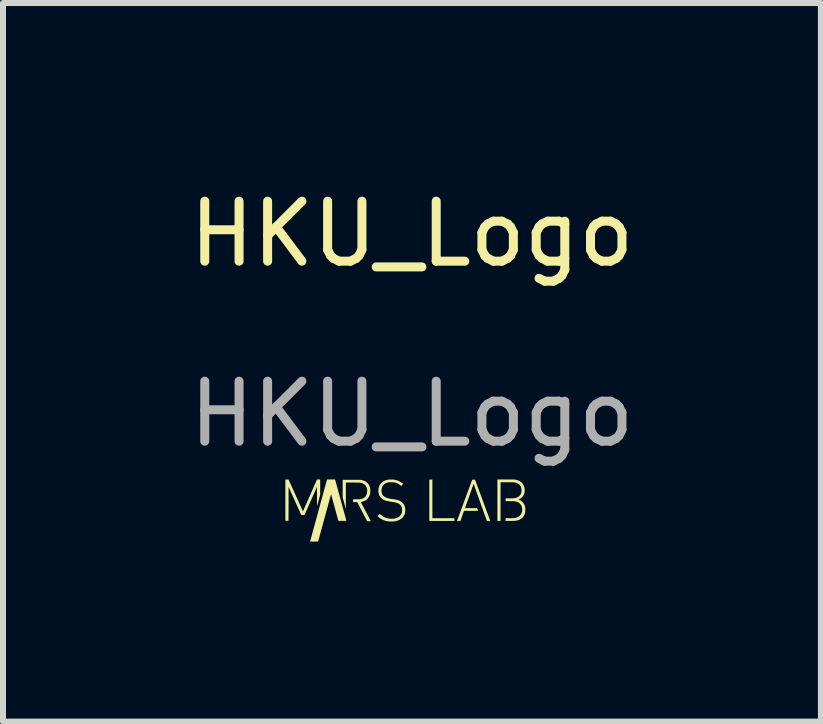
<source format=kicad_pcb>
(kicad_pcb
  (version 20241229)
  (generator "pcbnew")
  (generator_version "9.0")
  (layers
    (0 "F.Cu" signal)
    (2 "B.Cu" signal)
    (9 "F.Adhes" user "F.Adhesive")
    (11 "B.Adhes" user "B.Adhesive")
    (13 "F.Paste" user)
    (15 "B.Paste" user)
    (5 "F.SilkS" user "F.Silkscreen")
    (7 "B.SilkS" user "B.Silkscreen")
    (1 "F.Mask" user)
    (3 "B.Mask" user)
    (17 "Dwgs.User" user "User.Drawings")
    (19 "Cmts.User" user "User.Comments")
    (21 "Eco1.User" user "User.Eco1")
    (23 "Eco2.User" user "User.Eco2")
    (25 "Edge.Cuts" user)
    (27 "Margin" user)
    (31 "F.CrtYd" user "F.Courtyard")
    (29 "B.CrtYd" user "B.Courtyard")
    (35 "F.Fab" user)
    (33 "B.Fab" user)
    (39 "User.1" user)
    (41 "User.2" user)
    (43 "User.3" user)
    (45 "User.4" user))
  (footprint "HKU_Logo"
    (layer "F.Cu")
    (at 3.815 1.348)
    (property "Reference" "HKU_Logo" (at 0 -0.5 0) (unlocked yes) (layer "F.SilkS") (effects (font (size 1 1) (thickness 0.15))))
    (attr exclude_from_bom allow_missing_courtyard)
    (fp_poly (pts (xy 0.341 4.238) (xy 0.708 4.238) (xy 0.708 4.26) (xy 0.708 4.264) (xy 0.708 4.266) (xy 0.708 4.269) (xy 0.708 4.272) (xy 0.708 4.274) (xy 0.708 4.276) (xy 0.708 4.278) (xy 0.708 4.28) (xy 0.708 4.281) (xy 0.708 4.282) (xy 0.708 4.283) (xy 0.708 4.283) (xy 0.707 4.283) (xy 0.707 4.283) (xy 0.706 4.283) (xy 0.705 4.283) (xy 0.703 4.283) (xy 0.703 4.283) (xy 0.698 4.284) (xy 0.29 4.284) (xy 0.29 3.595) (xy 0.341 3.595)) (stroke (width 0) (type solid)) (fill yes) (layer "F.SilkS"))
    (fp_poly (pts (xy 1.55 3.593) (xy 1.556 3.593) (xy 1.563 3.593) (xy 1.57 3.593) (xy 1.576 3.593) (xy 1.583 3.593) (xy 1.589 3.593) (xy 1.595 3.593) (xy 1.601 3.593) (xy 1.608 3.593) (xy 1.614 3.593) (xy 1.619 3.593) (xy 1.625 3.593) (xy 1.63 3.593) (xy 1.636 3.593) (xy 1.641 3.593) (xy 1.646 3.593) (xy 1.65 3.593) (xy 1.654 3.593) (xy 1.658 3.593) (xy 1.662 3.593) (xy 1.665 3.593) (xy 1.668 3.593) (xy 1.671 3.593) (xy 1.673 3.593) (xy 1.674 3.593) (xy 1.675 3.593) (xy 1.679 3.593) (xy 1.682 3.593) (xy 1.685 3.593) (xy 1.687 3.593) (xy 1.689 3.593) (xy 1.691 3.593) (xy 1.693 3.593) (xy 1.695 3.593) (xy 1.697 3.593) (xy 1.698 3.593) (xy 1.7 3.593) (xy 1.701 3.594) (xy 1.703 3.594) (xy 1.705 3.594) (xy 1.714 3.595) (xy 1.724 3.596) (xy 1.733 3.598) (xy 1.741 3.599) (xy 1.75 3.602) (xy 1.758 3.604) (xy 1.762 3.606) (xy 1.771 3.609) (xy 1.779 3.612) (xy 1.787 3.616) (xy 1.794 3.62) (xy 1.802 3.625) (xy 1.809 3.629) (xy 1.815 3.634) (xy 1.822 3.639) (xy 1.823 3.64) (xy 1.824 3.641) (xy 1.825 3.643) (xy 1.827 3.644) (xy 1.829 3.646) (xy 1.83 3.647) (xy 1.832 3.649) (xy 1.834 3.651) (xy 1.836 3.652) (xy 1.837 3.654) (xy 1.838 3.655) (xy 1.839 3.657) (xy 1.839 3.657) (xy 1.845 3.663) (xy 1.85 3.67) (xy 1.854 3.677) (xy 1.859 3.684) (xy 1.862 3.691) (xy 1.866 3.698) (xy 1.869 3.706) (xy 1.871 3.713) (xy 1.873 3.721) (xy 1.875 3.73) (xy 1.877 3.738) (xy 1.877 3.741) (xy 1.878 3.744) (xy 1.878 3.747) (xy 1.878 3.749) (xy 1.878 3.752) (xy 1.879 3.755) (xy 1.879 3.758) (xy 1.879 3.761) (xy 1.879 3.764) (xy 1.879 3.768) (xy 1.879 3.774) (xy 1.879 3.78) (xy 1.879 3.786) (xy 1.879 3.791) (xy 1.878 3.796) (xy 1.878 3.801) (xy 1.877 3.806) (xy 1.876 3.809) (xy 1.875 3.817) (xy 1.872 3.825) (xy 1.87 3.833) (xy 1.867 3.84) (xy 1.863 3.848) (xy 1.86 3.855) (xy 1.856 3.862) (xy 1.851 3.869) (xy 1.847 3.875) (xy 1.842 3.881) (xy 1.837 3.887) (xy 1.831 3.893) (xy 1.825 3.898) (xy 1.819 3.903) (xy 1.813 3.908) (xy 1.806 3.912) (xy 1.799 3.916) (xy 1.792 3.92) (xy 1.784 3.923) (xy 1.779 3.925) (xy 1.778 3.926) (xy 1.777 3.926) (xy 1.776 3.927) (xy 1.775 3.927) (xy 1.775 3.927) (xy 1.773 3.928) (xy 1.785 3.933) (xy 1.788 3.934) (xy 1.791 3.936) (xy 1.793 3.937) (xy 1.796 3.938) (xy 1.798 3.939) (xy 1.8 3.94) (xy 1.801 3.941) (xy 1.802 3.941) (xy 1.803 3.942) (xy 1.805 3.942) (xy 1.805 3.943) (xy 1.806 3.943) (xy 1.807 3.944) (xy 1.808 3.944) (xy 1.808 3.944) (xy 1.815 3.948) (xy 1.822 3.953) (xy 1.829 3.957) (xy 1.835 3.962) (xy 1.841 3.968) (xy 1.846 3.973) (xy 1.852 3.979) (xy 1.857 3.985) (xy 1.862 3.992) (xy 1.866 3.998) (xy 1.87 4.005) (xy 1.873 4.012) (xy 1.877 4.019) (xy 1.879 4.025) (xy 1.881 4.031) (xy 1.883 4.037) (xy 1.884 4.043) (xy 1.886 4.049) (xy 1.887 4.055) (xy 1.888 4.062) (xy 1.889 4.069) (xy 1.889 4.077) (xy 1.89 4.081) (xy 1.89 4.082) (xy 1.89 4.084) (xy 1.89 4.086) (xy 1.89 4.088) (xy 1.89 4.09) (xy 1.89 4.093) (xy 1.89 4.095) (xy 1.89 4.098) (xy 1.89 4.101) (xy 1.89 4.103) (xy 1.89 4.105) (xy 1.89 4.108) (xy 1.89 4.109) (xy 1.89 4.111) (xy 1.89 4.111) (xy 1.889 4.118) (xy 1.889 4.124) (xy 1.888 4.129) (xy 1.887 4.134) (xy 1.887 4.139) (xy 1.886 4.144) (xy 1.885 4.149) (xy 1.883 4.154) (xy 1.882 4.159) (xy 1.881 4.162) (xy 1.879 4.169) (xy 1.876 4.177) (xy 1.872 4.184) (xy 1.869 4.192) (xy 1.865 4.199) (xy 1.86 4.206) (xy 1.856 4.212) (xy 1.851 4.219) (xy 1.85 4.219) (xy 1.845 4.225) (xy 1.839 4.231) (xy 1.833 4.237) (xy 1.827 4.242) (xy 1.82 4.247) (xy 1.814 4.251) (xy 1.806 4.256) (xy 1.799 4.26) (xy 1.791 4.263) (xy 1.783 4.267) (xy 1.775 4.27) (xy 1.766 4.273) (xy 1.757 4.275) (xy 1.748 4.277) (xy 1.745 4.278) (xy 1.741 4.279) (xy 1.737 4.28) (xy 1.732 4.28) (xy 1.727 4.281) (xy 1.721 4.282) (xy 1.715 4.282) (xy 1.709 4.283) (xy 1.707 4.283) (xy 1.706 4.283) (xy 1.705 4.283) (xy 1.704 4.283) (xy 1.703 4.283) (xy 1.702 4.283) (xy 1.701 4.283) (xy 1.7 4.283) (xy 1.699 4.283) (xy 1.698 4.283) (xy 1.697 4.283) (xy 1.695 4.283) (xy 1.694 4.284) (xy 1.692 4.284) (xy 1.69 4.284) (xy 1.688 4.284) (xy 1.686 4.284) (xy 1.683 4.284) (xy 1.68 4.284) (xy 1.677 4.284) (xy 1.674 4.284) (xy 1.671 4.284) (xy 1.667 4.284) (xy 1.663 4.284) (xy 1.658 4.284) (xy 1.653 4.284) (xy 1.648 4.284) (xy 1.642 4.284) (xy 1.636 4.284) (xy 1.63 4.284) (xy 1.561 4.284) (xy 1.561 4.237) (xy 1.609 4.238) (xy 1.616 4.238) (xy 1.623 4.238) (xy 1.629 4.238) (xy 1.635 4.238) (xy 1.641 4.238) (xy 1.646 4.238) (xy 1.651 4.238) (xy 1.655 4.238) (xy 1.659 4.238) (xy 1.663 4.238) (xy 1.667 4.238) (xy 1.67 4.237) (xy 1.674 4.237) (xy 1.677 4.237) (xy 1.679 4.237) (xy 1.682 4.237) (xy 1.684 4.237) (xy 1.687 4.237) (xy 1.689 4.237) (xy 1.691 4.237) (xy 1.693 4.237) (xy 1.695 4.237) (xy 1.697 4.237) (xy 1.697 4.237) (xy 1.705 4.236) (xy 1.712 4.235) (xy 1.719 4.234) (xy 1.725 4.233) (xy 1.731 4.232) (xy 1.737 4.23) (xy 1.743 4.228) (xy 1.748 4.226) (xy 1.75 4.226) (xy 1.758 4.222) (xy 1.765 4.219) (xy 1.772 4.215) (xy 1.779 4.211) (xy 1.785 4.206) (xy 1.791 4.202) (xy 1.794 4.2) (xy 1.795 4.199) (xy 1.797 4.197) (xy 1.798 4.196) (xy 1.8 4.194) (xy 1.802 4.192) (xy 1.803 4.191) (xy 1.805 4.189) (xy 1.806 4.188) (xy 1.807 4.186) (xy 1.808 4.186) (xy 1.812 4.18) (xy 1.816 4.174) (xy 1.82 4.169) (xy 1.823 4.162) (xy 1.826 4.156) (xy 1.829 4.149) (xy 1.831 4.142) (xy 1.833 4.135) (xy 1.835 4.128) (xy 1.836 4.12) (xy 1.837 4.112) (xy 1.837 4.104) (xy 1.838 4.096) (xy 1.838 4.094) (xy 1.837 4.086) (xy 1.837 4.078) (xy 1.836 4.07) (xy 1.835 4.062) (xy 1.833 4.055) (xy 1.831 4.048) (xy 1.829 4.041) (xy 1.826 4.034) (xy 1.823 4.028) (xy 1.82 4.021) (xy 1.816 4.016) (xy 1.812 4.01) (xy 1.808 4.005) (xy 1.803 4) (xy 1.798 3.995) (xy 1.793 3.99) (xy 1.787 3.985) (xy 1.781 3.981) (xy 1.775 3.977) (xy 1.772 3.975) (xy 1.771 3.974) (xy 1.769 3.973) (xy 1.767 3.972) (xy 1.764 3.971) (xy 1.762 3.97) (xy 1.76 3.969) (xy 1.758 3.968) (xy 1.756 3.967) (xy 1.755 3.967) (xy 1.747 3.964) (xy 1.74 3.961) (xy 1.732 3.959) (xy 1.725 3.958) (xy 1.717 3.957) (xy 1.714 3.956) (xy 1.713 3.956) (xy 1.711 3.956) (xy 1.709 3.956) (xy 1.707 3.956) (xy 1.704 3.956) (xy 1.702 3.956) (xy 1.699 3.956) (xy 1.695 3.955) (xy 1.691 3.955) (xy 1.687 3.955) (xy 1.683 3.955) (xy 1.678 3.955) (xy 1.674 3.955) (xy 1.673 3.955) (xy 1.671 3.955) (xy 1.668 3.955) (xy 1.666 3.955) (xy 1.663 3.955) (xy 1.659 3.955) (xy 1.656 3.955) (xy 1.652 3.955) (xy 1.648 3.955) (xy 1.644 3.955) (xy 1.64 3.955) (xy 1.635 3.955) (xy 1.631 3.955) (xy 1.626 3.955) (xy 1.622 3.955) (xy 1.617 3.955) (xy 1.612 3.954) (xy 1.608 3.954) (xy 1.603 3.954) (xy 1.599 3.954) (xy 1.595 3.954) (xy 1.591 3.954) (xy 1.587 3.954) (xy 1.583 3.954) (xy 1.58 3.954) (xy 1.576 3.954) (xy 1.573 3.954) (xy 1.573 3.954) (xy 1.561 3.954) (xy 1.561 3.907) (xy 1.62 3.907) (xy 1.626 3.907) (xy 1.632 3.907) (xy 1.637 3.907) (xy 1.642 3.907) (xy 1.647 3.907) (xy 1.651 3.907) (xy 1.655 3.907) (xy 1.659 3.907) (xy 1.662 3.907) (xy 1.665 3.907) (xy 1.668 3.907) (xy 1.67 3.907) (xy 1.672 3.907) (xy 1.675 3.907) (xy 1.676 3.906) (xy 1.678 3.906) (xy 1.68 3.906) (xy 1.681 3.906) (xy 1.683 3.906) (xy 1.684 3.906) (xy 1.685 3.906) (xy 1.686 3.906) (xy 1.687 3.906) (xy 1.688 3.906) (xy 1.689 3.906) (xy 1.69 3.906) (xy 1.691 3.906) (xy 1.692 3.906) (xy 1.693 3.906) (xy 1.702 3.905) (xy 1.711 3.904) (xy 1.719 3.902) (xy 1.727 3.901) (xy 1.735 3.898) (xy 1.743 3.896) (xy 1.75 3.893) (xy 1.757 3.89) (xy 1.764 3.887) (xy 1.77 3.883) (xy 1.777 3.879) (xy 1.782 3.875) (xy 1.786 3.872) (xy 1.791 3.868) (xy 1.796 3.863) (xy 1.8 3.858) (xy 1.804 3.852) (xy 1.808 3.846) (xy 1.812 3.841) (xy 1.815 3.834) (xy 1.818 3.828) (xy 1.82 3.821) (xy 1.822 3.815) (xy 1.824 3.808) (xy 1.825 3.805) (xy 1.826 3.798) (xy 1.826 3.79) (xy 1.827 3.783) (xy 1.827 3.775) (xy 1.827 3.77) (xy 1.827 3.764) (xy 1.826 3.758) (xy 1.826 3.753) (xy 1.825 3.748) (xy 1.824 3.743) (xy 1.823 3.738) (xy 1.822 3.733) (xy 1.821 3.729) (xy 1.82 3.725) (xy 1.82 3.724) (xy 1.817 3.717) (xy 1.814 3.711) (xy 1.811 3.705) (xy 1.808 3.699) (xy 1.804 3.693) (xy 1.8 3.688) (xy 1.795 3.683) (xy 1.79 3.678) (xy 1.785 3.673) (xy 1.779 3.669) (xy 1.775 3.665) (xy 1.768 3.661) (xy 1.762 3.658) (xy 1.755 3.654) (xy 1.747 3.651) (xy 1.74 3.649) (xy 1.732 3.646) (xy 1.724 3.644) (xy 1.715 3.643) (xy 1.707 3.641) (xy 1.698 3.64) (xy 1.693 3.64) (xy 1.693 3.64) (xy 1.692 3.64) (xy 1.691 3.64) (xy 1.69 3.64) (xy 1.689 3.64) (xy 1.688 3.64) (xy 1.687 3.639) (xy 1.686 3.639) (xy 1.685 3.639) (xy 1.683 3.639) (xy 1.682 3.639) (xy 1.68 3.639) (xy 1.679 3.639) (xy 1.677 3.639) (xy 1.675 3.639) (xy 1.673 3.639) (xy 1.67 3.639) (xy 1.668 3.639) (xy 1.665 3.639) (xy 1.662 3.639) (xy 1.658 3.639) (xy 1.655 3.639) (xy 1.651 3.639) (xy 1.647 3.639) (xy 1.642 3.639) (xy 1.638 3.639) (xy 1.633 3.639) (xy 1.627 3.639) (xy 1.621 3.639) (xy 1.615 3.639) (xy 1.609 3.639) (xy 1.602 3.639) (xy 1.595 3.639) (xy 1.587 3.639) (xy 1.576 3.639) (xy 1.477 3.639) (xy 1.477 4.282) (xy 1.475 4.283) (xy 1.474 4.283) (xy 1.472 4.283) (xy 1.471 4.283) (xy 1.469 4.283) (xy 1.468 4.283) (xy 1.466 4.284) (xy 1.464 4.284) (xy 1.463 4.284) (xy 1.461 4.284) (xy 1.459 4.284) (xy 1.456 4.284) (xy 1.453 4.284) (xy 1.45 4.284) (xy 1.447 4.284) (xy 1.444 4.284) (xy 1.441 4.284) (xy 1.439 4.284) (xy 1.436 4.284) (xy 1.434 4.284) (xy 1.432 4.284) (xy 1.43 4.284) (xy 1.429 4.284) (xy 1.427 4.284) (xy 1.426 4.284) (xy 1.426 4.284) (xy 1.426 4.284) (xy 1.425 4.284) (xy 1.425 3.593) (xy 1.446 3.593) (xy 1.449 3.593) (xy 1.451 3.593) (xy 1.454 3.593) (xy 1.457 3.593) (xy 1.461 3.593) (xy 1.465 3.593) (xy 1.469 3.593) (xy 1.474 3.593) (xy 1.479 3.593) (xy 1.484 3.593) (xy 1.489 3.593) (xy 1.494 3.593) (xy 1.5 3.593) (xy 1.506 3.593) (xy 1.512 3.593) (xy 1.518 3.593) (xy 1.524 3.593) (xy 1.53 3.593) (xy 1.537 3.593) (xy 1.543 3.593)) (stroke (width 0) (type solid)) (fill yes) (layer "F.SilkS"))
    (fp_poly (pts (xy 1.179 3.94) (xy 1.183 3.952) (xy 1.187 3.963) (xy 1.192 3.975) (xy 1.196 3.986) (xy 1.2 3.998) (xy 1.204 4.009) (xy 1.208 4.02) (xy 1.212 4.031) (xy 1.217 4.042) (xy 1.22 4.053) (xy 1.224 4.063) (xy 1.228 4.074) (xy 1.232 4.084) (xy 1.236 4.094) (xy 1.239 4.104) (xy 1.243 4.114) (xy 1.246 4.123) (xy 1.25 4.133) (xy 1.253 4.142) (xy 1.256 4.15) (xy 1.26 4.159) (xy 1.263 4.168) (xy 1.266 4.176) (xy 1.269 4.184) (xy 1.272 4.191) (xy 1.274 4.199) (xy 1.277 4.206) (xy 1.279 4.213) (xy 1.282 4.219) (xy 1.284 4.226) (xy 1.286 4.232) (xy 1.289 4.237) (xy 1.291 4.243) (xy 1.292 4.248) (xy 1.294 4.253) (xy 1.296 4.257) (xy 1.297 4.262) (xy 1.299 4.265) (xy 1.3 4.269) (xy 1.301 4.272) (xy 1.302 4.275) (xy 1.303 4.277) (xy 1.304 4.279) (xy 1.304 4.281) (xy 1.305 4.282) (xy 1.305 4.283) (xy 1.305 4.284) (xy 1.306 4.284) (xy 1.305 4.284) (xy 1.305 4.284) (xy 1.304 4.284) (xy 1.302 4.284) (xy 1.301 4.284) (xy 1.299 4.284) (xy 1.296 4.284) (xy 1.294 4.284) (xy 1.291 4.284) (xy 1.288 4.284) (xy 1.285 4.284) (xy 1.282 4.284) (xy 1.28 4.284) (xy 1.276 4.284) (xy 1.272 4.284) (xy 1.269 4.284) (xy 1.266 4.284) (xy 1.264 4.284) (xy 1.262 4.284) (xy 1.26 4.284) (xy 1.258 4.284) (xy 1.257 4.284) (xy 1.256 4.284) (xy 1.255 4.284) (xy 1.254 4.284) (xy 1.253 4.283) (xy 1.253 4.283) (xy 1.252 4.283) (xy 1.252 4.283) (xy 1.251 4.283) (xy 1.251 4.283) (xy 1.251 4.283) (xy 1.25 4.282) (xy 1.249 4.281) (xy 1.248 4.28) (xy 1.248 4.279) (xy 1.248 4.278) (xy 1.247 4.277) (xy 1.247 4.276) (xy 1.246 4.274) (xy 1.245 4.272) (xy 1.245 4.27) (xy 1.244 4.269) (xy 1.243 4.265) (xy 1.242 4.262) (xy 1.24 4.258) (xy 1.239 4.254) (xy 1.237 4.25) (xy 1.236 4.245) (xy 1.234 4.241) (xy 1.232 4.236) (xy 1.23 4.231) (xy 1.229 4.226) (xy 1.227 4.22) (xy 1.224 4.214) (xy 1.222 4.208) (xy 1.22 4.202) (xy 1.217 4.195) (xy 1.215 4.188) (xy 1.213 4.182) (xy 1.211 4.177) (xy 1.209 4.172) (xy 1.208 4.168) (xy 1.206 4.163) (xy 1.205 4.16) (xy 1.203 4.156) (xy 1.202 4.153) (xy 1.201 4.149) (xy 1.2 4.146) (xy 1.199 4.143) (xy 1.198 4.141) (xy 1.197 4.138) (xy 1.196 4.135) (xy 1.195 4.133) (xy 1.194 4.13) (xy 1.193 4.127) (xy 1.192 4.125) (xy 1.191 4.122) (xy 1.19 4.119) (xy 1.189 4.116) (xy 1.188 4.113) (xy 1.187 4.11) (xy 1.186 4.107) (xy 1.185 4.103) (xy 1.183 4.099) (xy 1.182 4.095) (xy 1.18 4.091) (xy 1.179 4.087) (xy 1.177 4.082) (xy 1.175 4.076) (xy 1.173 4.071) (xy 1.172 4.067) (xy 1.169 4.059) (xy 1.166 4.05) (xy 1.163 4.042) (xy 1.16 4.034) (xy 1.157 4.027) (xy 1.155 4.02) (xy 1.152 4.013) (xy 1.15 4.007) (xy 1.148 4) (xy 1.146 3.994) (xy 1.144 3.988) (xy 1.142 3.983) (xy 1.14 3.977) (xy 1.138 3.972) (xy 1.136 3.967) (xy 1.134 3.962) (xy 1.132 3.957) (xy 1.131 3.952) (xy 1.129 3.947) (xy 1.127 3.942) (xy 1.125 3.937) (xy 1.124 3.932) (xy 1.122 3.927) (xy 1.12 3.922) (xy 1.118 3.917) (xy 1.116 3.912) (xy 1.116 3.91) (xy 1.112 3.9) (xy 1.109 3.89) (xy 1.105 3.881) (xy 1.102 3.871) (xy 1.099 3.862) (xy 1.096 3.854) (xy 1.092 3.845) (xy 1.089 3.837) (xy 1.086 3.828) (xy 1.083 3.82) (xy 1.08 3.811) (xy 1.077 3.803) (xy 1.074 3.794) (xy 1.071 3.785) (xy 1.068 3.776) (xy 1.065 3.767) (xy 1.063 3.762) (xy 1.061 3.755) (xy 1.058 3.749) (xy 1.056 3.743) (xy 1.054 3.738) (xy 1.052 3.733) (xy 1.051 3.728) (xy 1.049 3.723) (xy 1.048 3.719) (xy 1.046 3.715) (xy 1.045 3.712) (xy 1.044 3.708) (xy 1.043 3.705) (xy 1.042 3.702) (xy 1.041 3.7) (xy 1.04 3.697) (xy 1.039 3.695) (xy 1.038 3.693) (xy 1.038 3.691) (xy 1.037 3.689) (xy 1.036 3.688) (xy 1.036 3.686) (xy 1.035 3.685) (xy 1.035 3.683) (xy 1.034 3.682) (xy 1.034 3.681) (xy 1.033 3.68) (xy 1.033 3.678) (xy 1.032 3.677) (xy 1.032 3.676) (xy 1.031 3.674) (xy 1.03 3.672) (xy 1.03 3.67) (xy 1.029 3.669) (xy 1.029 3.668) (xy 1.029 3.667) (xy 1.028 3.667) (xy 1.028 3.666) (xy 1.028 3.666) (xy 1.028 3.666) (xy 1.028 3.666) (xy 1.028 3.667) (xy 1.028 3.667) (xy 1.027 3.668) (xy 1.027 3.67) (xy 1.026 3.672) (xy 1.025 3.674) (xy 1.024 3.677) (xy 1.023 3.679) (xy 1.022 3.683) (xy 1.021 3.686) (xy 1.019 3.69) (xy 1.018 3.694) (xy 1.016 3.699) (xy 1.015 3.703) (xy 1.013 3.708) (xy 1.011 3.713) (xy 1.009 3.719) (xy 1.007 3.724) (xy 1.005 3.73) (xy 1.003 3.736) (xy 1.001 3.742) (xy 0.999 3.749) (xy 0.996 3.755) (xy 0.994 3.762) (xy 0.992 3.769) (xy 0.989 3.776) (xy 0.986 3.783) (xy 0.984 3.79) (xy 0.981 3.798) (xy 0.979 3.805) (xy 0.976 3.813) (xy 0.973 3.821) (xy 0.971 3.828) (xy 0.968 3.836) (xy 0.965 3.844) (xy 0.962 3.852) (xy 0.959 3.859) (xy 0.957 3.867) (xy 0.954 3.875) (xy 0.951 3.883) (xy 0.948 3.891) (xy 0.946 3.899) (xy 0.943 3.907) (xy 0.94 3.914) (xy 0.937 3.922) (xy 0.935 3.929) (xy 0.932 3.937) (xy 0.929 3.944) (xy 0.927 3.952) (xy 0.924 3.959) (xy 0.922 3.966) (xy 0.919 3.973) (xy 0.917 3.98) (xy 0.915 3.986) (xy 0.912 3.993) (xy 0.91 3.999) (xy 0.908 4.005) (xy 0.906 4.011) (xy 0.904 4.016) (xy 0.902 4.022) (xy 0.9 4.027) (xy 0.898 4.032) (xy 0.897 4.037) (xy 0.895 4.041) (xy 0.894 4.045) (xy 0.892 4.049) (xy 0.891 4.053) (xy 0.89 4.056) (xy 0.889 4.059) (xy 0.888 4.062) (xy 0.887 4.064) (xy 0.887 4.066) (xy 0.886 4.067) (xy 0.886 4.068) (xy 0.885 4.069) (xy 0.885 4.07) (xy 0.885 4.07) (xy 0.885 4.07) (xy 0.885 4.07) (xy 0.886 4.07) (xy 0.886 4.07) (xy 0.887 4.07) (xy 0.888 4.07) (xy 0.889 4.07) (xy 0.89 4.07) (xy 0.892 4.07) (xy 0.893 4.07) (xy 0.895 4.07) (xy 0.898 4.07) (xy 0.9 4.07) (xy 0.903 4.07) (xy 0.906 4.07) (xy 0.909 4.07) (xy 0.913 4.07) (xy 0.917 4.07) (xy 0.921 4.07) (xy 0.926 4.07) (xy 0.931 4.07) (xy 0.936 4.07) (xy 0.942 4.07) (xy 0.948 4.07) (xy 0.955 4.07) (xy 0.958 4.07) (xy 0.964 4.07) (xy 0.97 4.07) (xy 0.976 4.07) (xy 0.981 4.07) (xy 0.987 4.07) (xy 0.993 4.07) (xy 0.998 4.07) (xy 1.004 4.07) (xy 1.009 4.07) (xy 1.014 4.07) (xy 1.019 4.07) (xy 1.024 4.07) (xy 1.028 4.07) (xy 1.032 4.07) (xy 1.036 4.07) (xy 1.04 4.07) (xy 1.043 4.07) (xy 1.046 4.07) (xy 1.048 4.07) (xy 1.05 4.07) (xy 1.054 4.071) (xy 1.057 4.071) (xy 1.06 4.071) (xy 1.063 4.071) (xy 1.065 4.071) (xy 1.067 4.071) (xy 1.069 4.071) (xy 1.07 4.071) (xy 1.072 4.071) (xy 1.073 4.071) (xy 1.074 4.071) (xy 1.075 4.071) (xy 1.076 4.071) (xy 1.077 4.071) (xy 1.078 4.071) (xy 1.079 4.071) (xy 1.079 4.071) (xy 1.08 4.071) (xy 1.081 4.071) (xy 1.083 4.071) (xy 1.084 4.072) (xy 1.085 4.072) (xy 1.085 4.072) (xy 1.086 4.072) (xy 1.086 4.072) (xy 1.086 4.072) (xy 1.086 4.072) (xy 1.087 4.073) (xy 1.087 4.073) (xy 1.088 4.073) (xy 1.088 4.074) (xy 1.088 4.074) (xy 1.088 4.075) (xy 1.089 4.077) (xy 1.089 4.078) (xy 1.09 4.08) (xy 1.091 4.082) (xy 1.092 4.084) (xy 1.092 4.087) (xy 1.093 4.089) (xy 1.094 4.092) (xy 1.095 4.094) (xy 1.096 4.097) (xy 1.097 4.099) (xy 1.098 4.101) (xy 1.098 4.104) (xy 1.099 4.106) (xy 1.1 4.108) (xy 1.1 4.11) (xy 1.101 4.111) (xy 1.101 4.112) (xy 1.102 4.113) (xy 1.102 4.114) (xy 1.102 4.114) (xy 1.102 4.114) (xy 1.101 4.114) (xy 1.1 4.114) (xy 1.099 4.115) (xy 1.099 4.115) (xy 1.096 4.115) (xy 0.984 4.116) (xy 0.976 4.116) (xy 0.968 4.116) (xy 0.96 4.116) (xy 0.953 4.116) (xy 0.946 4.116) (xy 0.94 4.116) (xy 0.934 4.116) (xy 0.929 4.116) (xy 0.923 4.116) (xy 0.918 4.116) (xy 0.914 4.116) (xy 0.909 4.116) (xy 0.905 4.116) (xy 0.902 4.116) (xy 0.898 4.116) (xy 0.895 4.116) (xy 0.892 4.116) (xy 0.89 4.116) (xy 0.887 4.116) (xy 0.885 4.116) (xy 0.883 4.116) (xy 0.881 4.116) (xy 0.88 4.116) (xy 0.878 4.116) (xy 0.877 4.116) (xy 0.876 4.116) (xy 0.875 4.116) (xy 0.874 4.116) (xy 0.873 4.116) (xy 0.873 4.116) (xy 0.872 4.116) (xy 0.872 4.116) (xy 0.872 4.116) (xy 0.871 4.116) (xy 0.871 4.116) (xy 0.871 4.116) (xy 0.871 4.116) (xy 0.871 4.116) (xy 0.87 4.117) (xy 0.868 4.118) (xy 0.867 4.119) (xy 0.867 4.12) (xy 0.867 4.121) (xy 0.866 4.122) (xy 0.866 4.123) (xy 0.865 4.124) (xy 0.864 4.126) (xy 0.864 4.128) (xy 0.864 4.129) (xy 0.863 4.13) (xy 0.863 4.131) (xy 0.862 4.133) (xy 0.861 4.135) (xy 0.861 4.137) (xy 0.86 4.139) (xy 0.859 4.142) (xy 0.858 4.145) (xy 0.856 4.149) (xy 0.855 4.152) (xy 0.854 4.156) (xy 0.853 4.159) (xy 0.851 4.163) (xy 0.85 4.167) (xy 0.849 4.17) (xy 0.846 4.177) (xy 0.844 4.184) (xy 0.842 4.191) (xy 0.839 4.197) (xy 0.837 4.202) (xy 0.835 4.208) (xy 0.834 4.213) (xy 0.832 4.218) (xy 0.83 4.223) (xy 0.828 4.227) (xy 0.827 4.232) (xy 0.825 4.236) (xy 0.824 4.24) (xy 0.823 4.244) (xy 0.821 4.248) (xy 0.82 4.251) (xy 0.819 4.255) (xy 0.817 4.259) (xy 0.817 4.26) (xy 0.816 4.263) (xy 0.815 4.266) (xy 0.814 4.268) (xy 0.813 4.27) (xy 0.812 4.273) (xy 0.812 4.274) (xy 0.811 4.276) (xy 0.811 4.278) (xy 0.81 4.279) (xy 0.81 4.279) (xy 0.81 4.28) (xy 0.809 4.281) (xy 0.807 4.282) (xy 0.806 4.283) (xy 0.804 4.283) (xy 0.804 4.283) (xy 0.803 4.284) (xy 0.802 4.284) (xy 0.8 4.284) (xy 0.799 4.284) (xy 0.797 4.284) (xy 0.794 4.284) (xy 0.792 4.284) (xy 0.789 4.284) (xy 0.787 4.284) (xy 0.784 4.284) (xy 0.781 4.284) (xy 0.778 4.284) (xy 0.775 4.284) (xy 0.772 4.284) (xy 0.769 4.284) (xy 0.767 4.284) (xy 0.764 4.284) (xy 0.762 4.284) (xy 0.759 4.284) (xy 0.757 4.284) (xy 0.756 4.284) (xy 0.754 4.284) (xy 0.753 4.284) (xy 0.752 4.284) (xy 0.752 4.284) (xy 0.752 4.284) (xy 0.752 4.283) (xy 0.752 4.283) (xy 0.752 4.282) (xy 0.753 4.28) (xy 0.754 4.279) (xy 0.754 4.277) (xy 0.755 4.274) (xy 0.756 4.271) (xy 0.758 4.268) (xy 0.759 4.264) (xy 0.76 4.26) (xy 0.762 4.256) (xy 0.764 4.252) (xy 0.765 4.247) (xy 0.767 4.241) (xy 0.769 4.236) (xy 0.772 4.23) (xy 0.774 4.224) (xy 0.776 4.218) (xy 0.779 4.211) (xy 0.781 4.204) (xy 0.784 4.197) (xy 0.787 4.189) (xy 0.789 4.181) (xy 0.792 4.173) (xy 0.795 4.165) (xy 0.799 4.157) (xy 0.802 4.148) (xy 0.805 4.139) (xy 0.808 4.13) (xy 0.812 4.121) (xy 0.815 4.111) (xy 0.819 4.101) (xy 0.823 4.091) (xy 0.826 4.081) (xy 0.83 4.071) (xy 0.834 4.06) (xy 0.838 4.05) (xy 0.842 4.039) (xy 0.846 4.028) (xy 0.85 4.017) (xy 0.854 4.006) (xy 0.858 3.995) (xy 0.862 3.983) (xy 0.867 3.972) (xy 0.871 3.96) (xy 0.875 3.948) (xy 0.878 3.94) (xy 1.005 3.596) (xy 1.052 3.596)) (stroke (width 0) (type solid)) (fill yes) (layer "F.SilkS"))
    (fp_poly (pts (xy -0.334 3.594) (xy -0.332 3.594) (xy -0.331 3.594) (xy -0.328 3.594) (xy -0.325 3.594) (xy -0.322 3.594) (xy -0.32 3.594) (xy -0.318 3.594) (xy -0.316 3.594) (xy -0.314 3.594) (xy -0.311 3.594) (xy -0.309 3.595) (xy -0.307 3.595) (xy -0.296 3.596) (xy -0.286 3.598) (xy -0.275 3.6) (xy -0.265 3.603) (xy -0.254 3.606) (xy -0.244 3.609) (xy -0.233 3.613) (xy -0.223 3.617) (xy -0.213 3.622) (xy -0.203 3.627) (xy -0.194 3.632) (xy -0.184 3.638) (xy -0.174 3.645) (xy -0.165 3.651) (xy -0.163 3.653) (xy -0.161 3.654) (xy -0.16 3.655) (xy -0.159 3.656) (xy -0.158 3.656) (xy -0.157 3.657) (xy -0.156 3.658) (xy -0.154 3.659) (xy -0.153 3.661) (xy -0.151 3.662) (xy -0.15 3.663) (xy -0.145 3.667) (xy -0.147 3.668) (xy -0.147 3.669) (xy -0.148 3.67) (xy -0.149 3.671) (xy -0.151 3.672) (xy -0.152 3.674) (xy -0.154 3.675) (xy -0.156 3.677) (xy -0.158 3.679) (xy -0.16 3.681) (xy -0.162 3.683) (xy -0.163 3.685) (xy -0.165 3.687) (xy -0.167 3.688) (xy -0.169 3.69) (xy -0.171 3.692) (xy -0.173 3.694) (xy -0.174 3.695) (xy -0.176 3.696) (xy -0.177 3.698) (xy -0.178 3.699) (xy -0.179 3.699) (xy -0.179 3.7) (xy -0.179 3.7) (xy -0.179 3.7) (xy -0.18 3.7) (xy -0.18 3.7) (xy -0.181 3.699) (xy -0.182 3.698) (xy -0.183 3.697) (xy -0.184 3.696) (xy -0.185 3.695) (xy -0.188 3.693) (xy -0.191 3.691) (xy -0.194 3.689) (xy -0.196 3.687) (xy -0.198 3.685) (xy -0.2 3.683) (xy -0.202 3.682) (xy -0.204 3.68) (xy -0.206 3.679) (xy -0.208 3.678) (xy -0.21 3.676) (xy -0.211 3.676) (xy -0.219 3.67) (xy -0.228 3.666) (xy -0.236 3.661) (xy -0.245 3.657) (xy -0.254 3.653) (xy -0.263 3.65) (xy -0.272 3.647) (xy -0.281 3.645) (xy -0.29 3.643) (xy -0.294 3.642) (xy -0.298 3.642) (xy -0.302 3.641) (xy -0.306 3.641) (xy -0.31 3.64) (xy -0.314 3.64) (xy -0.318 3.64) (xy -0.32 3.64) (xy -0.323 3.639) (xy -0.326 3.639) (xy -0.329 3.639) (xy -0.333 3.639) (xy -0.336 3.639) (xy -0.34 3.639) (xy -0.344 3.639) (xy -0.347 3.639) (xy -0.351 3.638) (xy -0.354 3.638) (xy -0.358 3.638) (xy -0.361 3.638) (xy -0.363 3.638) (xy -0.366 3.639) (xy -0.368 3.639) (xy -0.376 3.639) (xy -0.385 3.64) (xy -0.393 3.641) (xy -0.401 3.643) (xy -0.408 3.645) (xy -0.416 3.647) (xy -0.423 3.65) (xy -0.43 3.653) (xy -0.437 3.656) (xy -0.443 3.659) (xy -0.449 3.663) (xy -0.455 3.668) (xy -0.461 3.672) (xy -0.462 3.673) (xy -0.463 3.674) (xy -0.464 3.675) (xy -0.466 3.676) (xy -0.467 3.678) (xy -0.469 3.679) (xy -0.47 3.681) (xy -0.472 3.683) (xy -0.473 3.684) (xy -0.475 3.686) (xy -0.476 3.687) (xy -0.477 3.688) (xy -0.481 3.693) (xy -0.485 3.699) (xy -0.489 3.705) (xy -0.492 3.711) (xy -0.495 3.718) (xy -0.496 3.721) (xy -0.499 3.727) (xy -0.5 3.733) (xy -0.502 3.74) (xy -0.504 3.747) (xy -0.505 3.754) (xy -0.506 3.761) (xy -0.507 3.768) (xy -0.507 3.775) (xy -0.507 3.778) (xy -0.507 3.785) (xy -0.507 3.792) (xy -0.506 3.799) (xy -0.505 3.805) (xy -0.504 3.812) (xy -0.502 3.818) (xy -0.501 3.825) (xy -0.498 3.831) (xy -0.496 3.837) (xy -0.494 3.841) (xy -0.491 3.846) (xy -0.489 3.85) (xy -0.486 3.855) (xy -0.482 3.859) (xy -0.478 3.863) (xy -0.478 3.864) (xy -0.473 3.868) (xy -0.468 3.872) (xy -0.463 3.876) (xy -0.457 3.88) (xy -0.451 3.884) (xy -0.444 3.888) (xy -0.438 3.891) (xy -0.431 3.894) (xy -0.423 3.897) (xy -0.416 3.9) (xy -0.408 3.903) (xy -0.4 3.905) (xy -0.393 3.907) (xy -0.391 3.907) (xy -0.388 3.908) (xy -0.386 3.909) (xy -0.383 3.909) (xy -0.38 3.91) (xy -0.378 3.91) (xy -0.375 3.911) (xy -0.372 3.911) (xy -0.369 3.912) (xy -0.365 3.913) (xy -0.362 3.913) (xy -0.358 3.914) (xy -0.353 3.915) (xy -0.349 3.915) (xy -0.344 3.916) (xy -0.339 3.917) (xy -0.336 3.917) (xy -0.333 3.918) (xy -0.33 3.918) (xy -0.327 3.919) (xy -0.323 3.919) (xy -0.32 3.92) (xy -0.316 3.921) (xy -0.312 3.921) (xy -0.308 3.922) (xy -0.305 3.922) (xy -0.301 3.923) (xy -0.298 3.924) (xy -0.294 3.924) (xy -0.292 3.925) (xy -0.289 3.925) (xy -0.288 3.925) (xy -0.282 3.926) (xy -0.277 3.927) (xy -0.272 3.928) (xy -0.267 3.929) (xy -0.262 3.93) (xy -0.258 3.931) (xy -0.254 3.932) (xy -0.25 3.933) (xy -0.246 3.933) (xy -0.243 3.934) (xy -0.241 3.935) (xy -0.232 3.937) (xy -0.225 3.94) (xy -0.217 3.942) (xy -0.21 3.945) (xy -0.203 3.948) (xy -0.196 3.952) (xy -0.19 3.955) (xy -0.184 3.959) (xy -0.178 3.963) (xy -0.172 3.968) (xy -0.168 3.971) (xy -0.162 3.977) (xy -0.156 3.983) (xy -0.15 3.989) (xy -0.145 3.996) (xy -0.14 4.002) (xy -0.135 4.009) (xy -0.131 4.016) (xy -0.127 4.023) (xy -0.124 4.031) (xy -0.124 4.031) (xy -0.121 4.038) (xy -0.119 4.045) (xy -0.117 4.052) (xy -0.115 4.06) (xy -0.114 4.067) (xy -0.112 4.075) (xy -0.112 4.076) (xy -0.112 4.078) (xy -0.112 4.08) (xy -0.112 4.082) (xy -0.111 4.084) (xy -0.111 4.086) (xy -0.111 4.086) (xy -0.111 4.089) (xy -0.111 4.092) (xy -0.11 4.094) (xy -0.11 4.096) (xy -0.11 4.098) (xy -0.11 4.1) (xy -0.11 4.102) (xy -0.11 4.104) (xy -0.111 4.112) (xy -0.111 4.119) (xy -0.112 4.126) (xy -0.113 4.133) (xy -0.114 4.14) (xy -0.115 4.146) (xy -0.116 4.152) (xy -0.117 4.158) (xy -0.119 4.163) (xy -0.121 4.169) (xy -0.123 4.174) (xy -0.125 4.179) (xy -0.127 4.184) (xy -0.13 4.19) (xy -0.132 4.194) (xy -0.136 4.201) (xy -0.141 4.208) (xy -0.146 4.215) (xy -0.151 4.222) (xy -0.157 4.228) (xy -0.163 4.234) (xy -0.169 4.24) (xy -0.172 4.243) (xy -0.178 4.247) (xy -0.184 4.252) (xy -0.19 4.256) (xy -0.197 4.26) (xy -0.204 4.264) (xy -0.211 4.267) (xy -0.216 4.27) (xy -0.225 4.274) (xy -0.234 4.277) (xy -0.243 4.28) (xy -0.253 4.283) (xy -0.263 4.286) (xy -0.273 4.288) (xy -0.284 4.29) (xy -0.294 4.291) (xy -0.305 4.292) (xy -0.305 4.292) (xy -0.307 4.292) (xy -0.309 4.293) (xy -0.311 4.293) (xy -0.313 4.293) (xy -0.315 4.293) (xy -0.317 4.293) (xy -0.318 4.293) (xy -0.32 4.293) (xy -0.322 4.293) (xy -0.325 4.293) (xy -0.327 4.293) (xy -0.33 4.293) (xy -0.333 4.293) (xy -0.336 4.293) (xy -0.339 4.293) (xy -0.343 4.293) (xy -0.343 4.293) (xy -0.347 4.293) (xy -0.35 4.293) (xy -0.353 4.293) (xy -0.355 4.293) (xy -0.358 4.293) (xy -0.36 4.293) (xy -0.363 4.293) (xy -0.365 4.293) (xy -0.366 4.293) (xy -0.367 4.293) (xy -0.368 4.293) (xy -0.368 4.293) (xy -0.38 4.292) (xy -0.392 4.291) (xy -0.403 4.29) (xy -0.415 4.288) (xy -0.426 4.285) (xy -0.437 4.282) (xy -0.448 4.279) (xy -0.459 4.275) (xy -0.47 4.271) (xy -0.481 4.267) (xy -0.491 4.262) (xy -0.492 4.262) (xy -0.501 4.257) (xy -0.511 4.251) (xy -0.52 4.246) (xy -0.529 4.24) (xy -0.538 4.233) (xy -0.547 4.226) (xy -0.556 4.219) (xy -0.558 4.217) (xy -0.559 4.216) (xy -0.56 4.215) (xy -0.562 4.214) (xy -0.563 4.212) (xy -0.565 4.211) (xy -0.567 4.209) (xy -0.568 4.208) (xy -0.57 4.206) (xy -0.571 4.205) (xy -0.572 4.204) (xy -0.572 4.204) (xy -0.573 4.203) (xy -0.566 4.196) (xy -0.564 4.193) (xy -0.561 4.191) (xy -0.559 4.188) (xy -0.556 4.186) (xy -0.554 4.184) (xy -0.552 4.181) (xy -0.549 4.179) (xy -0.547 4.177) (xy -0.546 4.176) (xy -0.544 4.174) (xy -0.543 4.173) (xy -0.541 4.172) (xy -0.541 4.171) (xy -0.538 4.168) (xy -0.537 4.168) (xy -0.536 4.169) (xy -0.535 4.169) (xy -0.533 4.169) (xy -0.532 4.17) (xy -0.532 4.17) (xy -0.531 4.171) (xy -0.53 4.172) (xy -0.529 4.173) (xy -0.527 4.174) (xy -0.525 4.176) (xy -0.523 4.177) (xy -0.521 4.179) (xy -0.519 4.181) (xy -0.517 4.182) (xy -0.514 4.185) (xy -0.511 4.187) (xy -0.509 4.19) (xy -0.506 4.192) (xy -0.504 4.194) (xy -0.502 4.195) (xy -0.5 4.197) (xy -0.498 4.199) (xy -0.496 4.2) (xy -0.494 4.201) (xy -0.492 4.203) (xy -0.489 4.204) (xy -0.488 4.205) (xy -0.479 4.211) (xy -0.47 4.216) (xy -0.461 4.221) (xy -0.452 4.225) (xy -0.442 4.229) (xy -0.433 4.233) (xy -0.423 4.236) (xy -0.413 4.239) (xy -0.404 4.241) (xy -0.394 4.243) (xy -0.383 4.244) (xy -0.373 4.246) (xy -0.362 4.247) (xy -0.351 4.247) (xy -0.341 4.248) (xy -0.331 4.248) (xy -0.323 4.247) (xy -0.313 4.247) (xy -0.303 4.246) (xy -0.294 4.245) (xy -0.285 4.243) (xy -0.276 4.241) (xy -0.268 4.239) (xy -0.26 4.236) (xy -0.252 4.233) (xy -0.244 4.23) (xy -0.237 4.227) (xy -0.232 4.224) (xy -0.227 4.222) (xy -0.223 4.219) (xy -0.218 4.216) (xy -0.214 4.213) (xy -0.212 4.211) (xy -0.206 4.207) (xy -0.201 4.202) (xy -0.196 4.197) (xy -0.191 4.191) (xy -0.187 4.186) (xy -0.183 4.18) (xy -0.18 4.174) (xy -0.176 4.168) (xy -0.173 4.162) (xy -0.171 4.156) (xy -0.17 4.153) (xy -0.169 4.15) (xy -0.168 4.146) (xy -0.167 4.142) (xy -0.166 4.139) (xy -0.166 4.135) (xy -0.165 4.131) (xy -0.165 4.127) (xy -0.164 4.123) (xy -0.164 4.123) (xy -0.164 4.121) (xy -0.164 4.119) (xy -0.164 4.117) (xy -0.164 4.115) (xy -0.164 4.113) (xy -0.164 4.112) (xy -0.163 4.106) (xy -0.163 4.1) (xy -0.163 4.094) (xy -0.164 4.089) (xy -0.164 4.083) (xy -0.165 4.077) (xy -0.165 4.075) (xy -0.166 4.069) (xy -0.168 4.062) (xy -0.17 4.056) (xy -0.172 4.05) (xy -0.174 4.044) (xy -0.177 4.038) (xy -0.18 4.033) (xy -0.182 4.03) (xy -0.186 4.025) (xy -0.189 4.02) (xy -0.194 4.015) (xy -0.198 4.011) (xy -0.203 4.007) (xy -0.208 4.003) (xy -0.212 4) (xy -0.218 3.997) (xy -0.224 3.994) (xy -0.23 3.991) (xy -0.237 3.988) (xy -0.244 3.985) (xy -0.252 3.982) (xy -0.26 3.98) (xy -0.268 3.978) (xy -0.271 3.977) (xy -0.273 3.977) (xy -0.274 3.976) (xy -0.276 3.976) (xy -0.278 3.976) (xy -0.28 3.975) (xy -0.281 3.975) (xy -0.283 3.974) (xy -0.285 3.974) (xy -0.288 3.974) (xy -0.29 3.973) (xy -0.293 3.973) (xy -0.295 3.972) (xy -0.299 3.972) (xy -0.302 3.971) (xy -0.306 3.971) (xy -0.31 3.97) (xy -0.314 3.969) (xy -0.319 3.969) (xy -0.32 3.968) (xy -0.329 3.967) (xy -0.338 3.966) (xy -0.346 3.964) (xy -0.354 3.963) (xy -0.361 3.962) (xy -0.368 3.961) (xy -0.374 3.959) (xy -0.381 3.958) (xy -0.386 3.957) (xy -0.392 3.956) (xy -0.397 3.955) (xy -0.402 3.954) (xy -0.406 3.954) (xy -0.41 3.953) (xy -0.414 3.952) (xy -0.418 3.951) (xy -0.421 3.95) (xy -0.422 3.95) (xy -0.431 3.948) (xy -0.44 3.945) (xy -0.449 3.942) (xy -0.457 3.938) (xy -0.465 3.934) (xy -0.473 3.93) (xy -0.481 3.925) (xy -0.489 3.92) (xy -0.496 3.915) (xy -0.503 3.909) (xy -0.507 3.906) (xy -0.513 3.9) (xy -0.518 3.895) (xy -0.524 3.889) (xy -0.528 3.882) (xy -0.533 3.876) (xy -0.537 3.869) (xy -0.541 3.862) (xy -0.544 3.855) (xy -0.547 3.848) (xy -0.549 3.843) (xy -0.552 3.835) (xy -0.554 3.826) (xy -0.555 3.818) (xy -0.557 3.809) (xy -0.558 3.801) (xy -0.558 3.792) (xy -0.559 3.783) (xy -0.559 3.774) (xy -0.558 3.765) (xy -0.557 3.758) (xy -0.556 3.749) (xy -0.555 3.74) (xy -0.553 3.732) (xy -0.551 3.724) (xy -0.549 3.716) (xy -0.546 3.709) (xy -0.543 3.701) (xy -0.543 3.7) (xy -0.539 3.693) (xy -0.536 3.687) (xy -0.532 3.68) (xy -0.528 3.674) (xy -0.523 3.668) (xy -0.519 3.662) (xy -0.515 3.657) (xy -0.509 3.651) (xy -0.504 3.646) (xy -0.498 3.641) (xy -0.492 3.636) (xy -0.486 3.631) (xy -0.484 3.63) (xy -0.476 3.625) (xy -0.468 3.62) (xy -0.46 3.616) (xy -0.451 3.612) (xy -0.443 3.609) (xy -0.434 3.606) (xy -0.425 3.603) (xy -0.416 3.6) (xy -0.407 3.598) (xy -0.397 3.597) (xy -0.388 3.595) (xy -0.378 3.595) (xy -0.371 3.594) (xy -0.37 3.594) (xy -0.367 3.594) (xy -0.365 3.594) (xy -0.362 3.594) (xy -0.359 3.594) (xy -0.356 3.594) (xy -0.353 3.594) (xy -0.35 3.594) (xy -0.346 3.594) (xy -0.343 3.594) (xy -0.34 3.594) (xy -0.337 3.594)) (stroke (width 0) (type solid)) (fill yes) (layer "F.SilkS"))
    (fp_poly (pts (xy -1.068 3.598) (xy -1.056 3.598) (xy -1.045 3.598) (xy -1.034 3.598) (xy -1.023 3.598) (xy -1.012 3.598) (xy -1.002 3.598) (xy -0.992 3.598) (xy -0.983 3.598) (xy -0.974 3.598) (xy -0.965 3.598) (xy -0.957 3.598) (xy -0.949 3.598) (xy -0.941 3.598) (xy -0.934 3.598) (xy -0.927 3.598) (xy -0.921 3.598) (xy -0.915 3.598) (xy -0.909 3.598) (xy -0.904 3.598) (xy -0.899 3.598) (xy -0.895 3.598) (xy -0.891 3.598) (xy -0.887 3.598) (xy -0.884 3.598) (xy -0.882 3.598) (xy -0.879 3.598) (xy -0.877 3.598) (xy -0.876 3.598) (xy -0.875 3.598) (xy -0.874 3.598) (xy -0.874 3.598) (xy -0.874 3.598) (xy -0.873 3.598) (xy -0.871 3.598) (xy -0.87 3.599) (xy -0.868 3.599) (xy -0.868 3.599) (xy -0.86 3.599) (xy -0.851 3.6) (xy -0.843 3.601) (xy -0.835 3.603) (xy -0.826 3.605) (xy -0.818 3.608) (xy -0.809 3.61) (xy -0.804 3.612) (xy -0.796 3.615) (xy -0.788 3.619) (xy -0.78 3.623) (xy -0.773 3.627) (xy -0.766 3.632) (xy -0.759 3.637) (xy -0.752 3.642) (xy -0.748 3.646) (xy -0.747 3.647) (xy -0.746 3.648) (xy -0.744 3.65) (xy -0.742 3.651) (xy -0.741 3.653) (xy -0.739 3.655) (xy -0.737 3.656) (xy -0.736 3.658) (xy -0.735 3.659) (xy -0.735 3.66) (xy -0.729 3.666) (xy -0.724 3.673) (xy -0.719 3.68) (xy -0.715 3.687) (xy -0.711 3.694) (xy -0.708 3.701) (xy -0.705 3.709) (xy -0.702 3.717) (xy -0.7 3.724) (xy -0.699 3.727) (xy -0.699 3.728) (xy -0.698 3.73) (xy -0.698 3.731) (xy -0.698 3.733) (xy -0.697 3.735) (xy -0.697 3.736) (xy -0.697 3.738) (xy -0.696 3.741) (xy -0.696 3.743) (xy -0.696 3.746) (xy -0.695 3.749) (xy -0.695 3.752) (xy -0.694 3.761) (xy -0.694 3.787) (xy -0.694 3.791) (xy -0.694 3.794) (xy -0.694 3.797) (xy -0.694 3.799) (xy -0.694 3.801) (xy -0.694 3.803) (xy -0.694 3.805) (xy -0.694 3.806) (xy -0.694 3.808) (xy -0.694 3.809) (xy -0.694 3.81) (xy -0.694 3.811) (xy -0.694 3.813) (xy -0.694 3.814) (xy -0.694 3.815) (xy -0.695 3.817) (xy -0.695 3.818) (xy -0.695 3.82) (xy -0.695 3.82) (xy -0.696 3.828) (xy -0.698 3.836) (xy -0.7 3.843) (xy -0.702 3.851) (xy -0.705 3.858) (xy -0.708 3.864) (xy -0.711 3.871) (xy -0.714 3.877) (xy -0.716 3.88) (xy -0.721 3.888) (xy -0.726 3.895) (xy -0.731 3.902) (xy -0.737 3.909) (xy -0.742 3.915) (xy -0.748 3.921) (xy -0.753 3.926) (xy -0.759 3.931) (xy -0.763 3.934) (xy -0.769 3.938) (xy -0.776 3.943) (xy -0.784 3.947) (xy -0.791 3.951) (xy -0.799 3.954) (xy -0.807 3.957) (xy -0.815 3.96) (xy -0.824 3.963) (xy -0.828 3.964) (xy -0.829 3.964) (xy -0.831 3.965) (xy -0.833 3.965) (xy -0.834 3.966) (xy -0.836 3.966) (xy -0.839 3.966) (xy -0.84 3.967) (xy -0.842 3.967) (xy -0.844 3.968) (xy -0.846 3.968) (xy -0.847 3.969) (xy -0.848 3.969) (xy -0.849 3.969) (xy -0.849 3.969) (xy -0.85 3.97) (xy -0.85 3.97) (xy -0.851 3.97) (xy -0.851 3.97) (xy -0.851 3.971) (xy -0.851 3.971) (xy -0.851 3.971) (xy -0.851 3.971) (xy -0.851 3.972) (xy -0.85 3.974) (xy -0.849 3.975) (xy -0.848 3.977) (xy -0.847 3.98) (xy -0.845 3.982) (xy -0.844 3.985) (xy -0.842 3.988) (xy -0.84 3.992) (xy -0.838 3.996) (xy -0.836 4) (xy -0.834 4.004) (xy -0.831 4.009) (xy -0.829 4.014) (xy -0.826 4.019) (xy -0.823 4.024) (xy -0.82 4.03) (xy -0.817 4.036) (xy -0.814 4.042) (xy -0.811 4.048) (xy -0.808 4.054) (xy -0.804 4.061) (xy -0.801 4.068) (xy -0.797 4.074) (xy -0.793 4.081) (xy -0.789 4.089) (xy -0.786 4.096) (xy -0.782 4.103) (xy -0.778 4.111) (xy -0.774 4.119) (xy -0.77 4.126) (xy -0.768 4.129) (xy -0.764 4.137) (xy -0.76 4.144) (xy -0.756 4.152) (xy -0.752 4.159) (xy -0.748 4.167) (xy -0.745 4.174) (xy -0.741 4.181) (xy -0.737 4.188) (xy -0.734 4.195) (xy -0.73 4.201) (xy -0.727 4.208) (xy -0.723 4.214) (xy -0.72 4.22) (xy -0.717 4.226) (xy -0.714 4.232) (xy -0.711 4.237) (xy -0.709 4.242) (xy -0.706 4.247) (xy -0.703 4.252) (xy -0.701 4.257) (xy -0.699 4.261) (xy -0.697 4.265) (xy -0.695 4.268) (xy -0.693 4.272) (xy -0.692 4.275) (xy -0.69 4.278) (xy -0.689 4.28) (xy -0.688 4.282) (xy -0.687 4.284) (xy -0.686 4.285) (xy -0.686 4.286) (xy -0.685 4.287) (xy -0.685 4.287) (xy -0.685 4.287) (xy -0.685 4.288) (xy -0.685 4.288) (xy -0.685 4.288) (xy -0.685 4.288) (xy -0.686 4.288) (xy -0.686 4.288) (xy -0.687 4.288) (xy -0.688 4.288) (xy -0.689 4.288) (xy -0.69 4.288) (xy -0.691 4.288) (xy -0.693 4.288) (xy -0.695 4.288) (xy -0.697 4.288) (xy -0.7 4.288) (xy -0.703 4.288) (xy -0.707 4.288) (xy -0.71 4.288) (xy -0.714 4.288) (xy -0.716 4.288) (xy -0.719 4.288) (xy -0.722 4.288) (xy -0.726 4.288) (xy -0.729 4.288) (xy -0.731 4.288) (xy -0.734 4.288) (xy -0.736 4.288) (xy -0.738 4.288) (xy -0.74 4.288) (xy -0.742 4.288) (xy -0.743 4.288) (xy -0.744 4.288) (xy -0.744 4.288) (xy -0.744 4.288) (xy -0.745 4.288) (xy -0.747 4.287) (xy -0.747 4.286) (xy -0.747 4.286) (xy -0.748 4.285) (xy -0.748 4.285) (xy -0.749 4.283) (xy -0.75 4.282) (xy -0.75 4.281) (xy -0.751 4.279) (xy -0.753 4.276) (xy -0.754 4.274) (xy -0.754 4.273) (xy -0.755 4.272) (xy -0.756 4.27) (xy -0.756 4.269) (xy -0.757 4.268) (xy -0.758 4.266) (xy -0.758 4.265) (xy -0.759 4.264) (xy -0.76 4.263) (xy -0.76 4.261) (xy -0.761 4.26) (xy -0.762 4.258) (xy -0.763 4.257) (xy -0.763 4.255) (xy -0.764 4.254) (xy -0.765 4.252) (xy -0.766 4.25) (xy -0.767 4.248) (xy -0.768 4.246) (xy -0.769 4.244) (xy -0.771 4.241) (xy -0.772 4.239) (xy -0.773 4.236) (xy -0.775 4.233) (xy -0.776 4.23) (xy -0.778 4.227) (xy -0.78 4.223) (xy -0.782 4.22) (xy -0.784 4.216) (xy -0.786 4.211) (xy -0.788 4.207) (xy -0.791 4.202) (xy -0.793 4.197) (xy -0.796 4.192) (xy -0.799 4.186) (xy -0.802 4.18) (xy -0.805 4.174) (xy -0.809 4.168) (xy -0.812 4.161) (xy -0.816 4.153) (xy -0.82 4.146) (xy -0.823 4.14) (xy -0.827 4.133) (xy -0.83 4.127) (xy -0.833 4.121) (xy -0.836 4.115) (xy -0.839 4.109) (xy -0.842 4.104) (xy -0.844 4.099) (xy -0.847 4.095) (xy -0.849 4.091) (xy -0.851 4.086) (xy -0.853 4.083) (xy -0.855 4.079) (xy -0.857 4.075) (xy -0.858 4.072) (xy -0.86 4.069) (xy -0.861 4.066) (xy -0.863 4.063) (xy -0.864 4.061) (xy -0.866 4.058) (xy -0.867 4.055) (xy -0.868 4.053) (xy -0.87 4.051) (xy -0.871 4.048) (xy -0.872 4.046) (xy -0.873 4.044) (xy -0.874 4.041) (xy -0.876 4.039) (xy -0.877 4.036) (xy -0.878 4.034) (xy -0.88 4.031) (xy -0.881 4.029) (xy -0.882 4.026) (xy -0.883 4.025) (xy -0.886 4.02) (xy -0.888 4.015) (xy -0.891 4.01) (xy -0.893 4.005) (xy -0.896 4.001) (xy -0.898 3.997) (xy -0.9 3.992) (xy -0.902 3.988) (xy -0.904 3.984) (xy -0.906 3.98) (xy -0.907 3.978) (xy -0.908 3.976) (xy -0.909 3.975) (xy -0.91 3.974) (xy -0.911 3.973) (xy -0.912 3.972) (xy -0.912 3.972) (xy -0.913 3.972) (xy -0.914 3.971) (xy -0.945 3.971) (xy -0.977 3.971) (xy -0.978 3.97) (xy -0.979 3.97) (xy -0.98 3.97) (xy -0.98 3.969) (xy -0.98 3.969) (xy -0.98 3.969) (xy -0.98 3.969) (xy -0.98 3.968) (xy -0.98 3.968) (xy -0.98 3.968) (xy -0.981 3.967) (xy -0.981 3.966) (xy -0.981 3.965) (xy -0.981 3.964) (xy -0.981 3.963) (xy -0.981 3.961) (xy -0.981 3.959) (xy -0.981 3.957) (xy -0.981 3.954) (xy -0.981 3.952) (xy -0.981 3.948) (xy -0.981 3.946) (xy -0.981 3.943) (xy -0.981 3.94) (xy -0.981 3.937) (xy -0.981 3.935) (xy -0.981 3.933) (xy -0.981 3.931) (xy -0.981 3.929) (xy -0.981 3.927) (xy -0.981 3.926) (xy -0.981 3.925) (xy -0.981 3.925) (xy -0.981 3.925) (xy -0.98 3.925) (xy -0.98 3.925) (xy -0.979 3.925) (xy -0.978 3.925) (xy -0.976 3.924) (xy -0.975 3.924) (xy -0.974 3.924) (xy -0.973 3.924) (xy -0.972 3.924) (xy -0.97 3.924) (xy -0.969 3.924) (xy -0.968 3.924) (xy -0.966 3.924) (xy -0.964 3.924) (xy -0.962 3.924) (xy -0.96 3.924) (xy -0.958 3.924) (xy -0.955 3.923) (xy -0.952 3.923) (xy -0.949 3.923) (xy -0.946 3.923) (xy -0.942 3.923) (xy -0.938 3.923) (xy -0.934 3.923) (xy -0.929 3.923) (xy -0.924 3.923) (xy -0.919 3.923) (xy -0.914 3.923) (xy -0.91 3.923) (xy -0.906 3.923) (xy -0.902 3.923) (xy -0.898 3.923) (xy -0.895 3.923) (xy -0.892 3.923) (xy -0.889 3.923) (xy -0.886 3.923) (xy -0.883 3.923) (xy -0.881 3.923) (xy -0.88 3.923) (xy -0.878 3.923) (xy -0.877 3.923) (xy -0.877 3.923) (xy -0.868 3.922) (xy -0.86 3.921) (xy -0.852 3.92) (xy -0.844 3.918) (xy -0.836 3.916) (xy -0.829 3.913) (xy -0.821 3.91) (xy -0.814 3.907) (xy -0.813 3.906) (xy -0.807 3.903) (xy -0.801 3.9) (xy -0.796 3.896) (xy -0.791 3.893) (xy -0.786 3.889) (xy -0.782 3.885) (xy -0.781 3.884) (xy -0.777 3.88) (xy -0.774 3.875) (xy -0.77 3.871) (xy -0.767 3.867) (xy -0.764 3.862) (xy -0.762 3.857) (xy -0.761 3.856) (xy -0.76 3.853) (xy -0.758 3.85) (xy -0.757 3.847) (xy -0.756 3.844) (xy -0.755 3.841) (xy -0.754 3.839) (xy -0.752 3.83) (xy -0.75 3.822) (xy -0.748 3.813) (xy -0.747 3.805) (xy -0.746 3.796) (xy -0.745 3.788) (xy -0.745 3.779) (xy -0.746 3.771) (xy -0.746 3.762) (xy -0.748 3.754) (xy -0.749 3.746) (xy -0.752 3.737) (xy -0.754 3.73) (xy -0.756 3.724) (xy -0.759 3.717) (xy -0.762 3.711) (xy -0.765 3.706) (xy -0.768 3.701) (xy -0.771 3.696) (xy -0.775 3.691) (xy -0.779 3.686) (xy -0.781 3.684) (xy -0.786 3.68) (xy -0.791 3.676) (xy -0.796 3.672) (xy -0.801 3.669) (xy -0.806 3.665) (xy -0.812 3.662) (xy -0.813 3.662) (xy -0.82 3.658) (xy -0.828 3.655) (xy -0.836 3.653) (xy -0.844 3.65) (xy -0.852 3.648) (xy -0.86 3.647) (xy -0.868 3.646) (xy -0.877 3.645) (xy -0.879 3.645) (xy -0.879 3.645) (xy -0.881 3.645) (xy -0.882 3.645) (xy -0.884 3.645) (xy -0.886 3.645) (xy -0.889 3.645) (xy -0.892 3.645) (xy -0.895 3.645) (xy -0.898 3.645) (xy -0.902 3.645) (xy -0.906 3.645) (xy -0.909 3.645) (xy -0.914 3.645) (xy -0.918 3.645) (xy -0.922 3.645) (xy -0.927 3.645) (xy -0.928 3.645) (xy -0.933 3.645) (xy -0.939 3.645) (xy -0.944 3.645) (xy -0.95 3.645) (xy -0.956 3.645) (xy -0.962 3.645) (xy -0.968 3.645) (xy -0.975 3.644) (xy -0.981 3.644) (xy -0.987 3.644) (xy -0.993 3.644) (xy -0.998 3.644) (xy -1.003 3.644) (xy -1.008 3.644) (xy -1.012 3.644) (xy -1.02 3.644) (xy -1.027 3.644) (xy -1.034 3.644) (xy -1.041 3.644) (xy -1.048 3.644) (xy -1.054 3.644) (xy -1.06 3.644) (xy -1.065 3.644) (xy -1.07 3.644) (xy -1.075 3.644) (xy -1.079 3.644) (xy -1.083 3.644) (xy -1.087 3.644) (xy -1.09 3.644) (xy -1.093 3.644) (xy -1.095 3.644) (xy -1.097 3.644) (xy -1.099 3.644) (xy -1.1 3.644) (xy -1.101 3.644) (xy -1.101 3.644) (xy -1.101 3.644) (xy -1.101 3.644) (xy -1.101 4.078) (xy -1.102 4.078) (xy -1.102 4.078) (xy -1.103 4.078) (xy -1.103 4.078) (xy -1.103 4.077) (xy -1.103 4.076) (xy -1.104 4.075) (xy -1.104 4.074) (xy -1.105 4.072) (xy -1.105 4.07) (xy -1.105 4.07) (xy -1.106 4.069) (xy -1.106 4.068) (xy -1.106 4.067) (xy -1.106 4.066) (xy -1.107 4.065) (xy -1.107 4.064) (xy -1.107 4.063) (xy -1.108 4.062) (xy -1.108 4.061) (xy -1.108 4.059) (xy -1.109 4.058) (xy -1.109 4.056) (xy -1.11 4.054) (xy -1.11 4.052) (xy -1.111 4.05) (xy -1.112 4.048) (xy -1.112 4.045) (xy -1.113 4.042) (xy -1.114 4.039) (xy -1.115 4.036) (xy -1.116 4.032) (xy -1.117 4.028) (xy -1.118 4.024) (xy -1.119 4.02) (xy -1.121 4.015) (xy -1.122 4.009) (xy -1.124 4.004) (xy -1.125 3.998) (xy -1.127 3.992) (xy -1.129 3.985) (xy -1.13 3.98) (xy -1.131 3.976) (xy -1.132 3.971) (xy -1.134 3.967) (xy -1.135 3.964) (xy -1.135 3.96) (xy -1.136 3.957) (xy -1.137 3.954) (xy -1.138 3.951) (xy -1.139 3.948) (xy -1.139 3.946) (xy -1.14 3.943) (xy -1.141 3.94) (xy -1.142 3.938) (xy -1.143 3.935) (xy -1.143 3.932) (xy -1.144 3.929) (xy -1.145 3.926) (xy -1.146 3.922) (xy -1.147 3.919) (xy -1.148 3.916) (xy -1.149 3.912) (xy -1.15 3.909) (xy -1.15 3.906) (xy -1.151 3.903) (xy -1.152 3.901) (xy -1.152 3.899) (xy -1.153 3.897) (xy -1.153 3.895) (xy -1.154 3.894) (xy -1.154 3.893) (xy -1.154 3.893) (xy -1.154 3.892) (xy -1.154 3.892) (xy -1.154 3.89) (xy -1.154 3.889) (xy -1.154 3.887) (xy -1.154 3.885) (xy -1.154 3.882) (xy -1.154 3.879) (xy -1.154 3.876) (xy -1.154 3.872) (xy -1.154 3.868) (xy -1.154 3.864) (xy -1.154 3.859) (xy -1.154 3.854) (xy -1.154 3.849) (xy -1.154 3.844) (xy -1.154 3.838) (xy -1.154 3.832) (xy -1.154 3.826) (xy -1.154 3.819) (xy -1.154 3.813) (xy -1.154 3.806) (xy -1.154 3.799) (xy -1.154 3.785) (xy -1.154 3.777) (xy -1.154 3.77) (xy -1.154 3.762) (xy -1.154 3.754) (xy -1.154 3.746) (xy -1.154 3.745) (xy -1.154 3.599) (xy -1.148 3.599) (xy -1.146 3.599) (xy -1.144 3.599) (xy -1.143 3.599) (xy -1.142 3.598) (xy -1.141 3.598) (xy -1.141 3.598) (xy -1.14 3.598) (xy -1.14 3.598) (xy -1.14 3.598) (xy -1.138 3.598)) (stroke (width 0) (type solid)) (fill yes) (layer "F.SilkS"))
    (fp_poly (pts (xy -1.529 3.605) (xy -1.529 3.606) (xy -1.529 3.607) (xy -1.529 3.609) (xy -1.529 3.611) (xy -1.529 3.614) (xy -1.529 3.617) (xy -1.529 3.62) (xy -1.529 3.624) (xy -1.529 3.628) (xy -1.529 3.632) (xy -1.529 3.637) (xy -1.529 3.641) (xy -1.529 3.646) (xy -1.529 3.652) (xy -1.529 3.657) (xy -1.529 3.663) (xy -1.529 3.669) (xy -1.529 3.675) (xy -1.529 3.681) (xy -1.529 3.687) (xy -1.529 3.694) (xy -1.529 3.7) (xy -1.529 3.707) (xy -1.529 3.714) (xy -1.529 3.72) (xy -1.529 3.721) (xy -1.529 3.73) (xy -1.529 3.738) (xy -1.529 3.746) (xy -1.529 3.753) (xy -1.529 3.76) (xy -1.529 3.767) (xy -1.529 3.773) (xy -1.529 3.779) (xy -1.529 3.784) (xy -1.529 3.789) (xy -1.529 3.794) (xy -1.529 3.798) (xy -1.529 3.803) (xy -1.529 3.806) (xy -1.529 3.81) (xy -1.529 3.813) (xy -1.529 3.816) (xy -1.529 3.818) (xy -1.529 3.82) (xy -1.529 3.822) (xy -1.529 3.824) (xy -1.529 3.826) (xy -1.529 3.827) (xy -1.529 3.828) (xy -1.529 3.828) (xy -1.529 3.829) (xy -1.529 3.829) (xy -1.529 3.835) (xy -1.53 3.84) (xy -1.53 3.845) (xy -1.531 3.85) (xy -1.532 3.855) (xy -1.533 3.86) (xy -1.534 3.864) (xy -1.534 3.866) (xy -1.535 3.868) (xy -1.535 3.87) (xy -1.535 3.872) (xy -1.536 3.874) (xy -1.537 3.876) (xy -1.537 3.878) (xy -1.538 3.881) (xy -1.539 3.884) (xy -1.54 3.887) (xy -1.54 3.89) (xy -1.542 3.894) (xy -1.543 3.898) (xy -1.544 3.901) (xy -1.545 3.905) (xy -1.546 3.908) (xy -1.546 3.912) (xy -1.547 3.915) (xy -1.548 3.919) (xy -1.549 3.923) (xy -1.551 3.926) (xy -1.552 3.93) (xy -1.553 3.934) (xy -1.554 3.939) (xy -1.555 3.943) (xy -1.556 3.948) (xy -1.558 3.953) (xy -1.559 3.959) (xy -1.561 3.964) (xy -1.562 3.97) (xy -1.564 3.977) (xy -1.565 3.978) (xy -1.566 3.984) (xy -1.567 3.989) (xy -1.569 3.994) (xy -1.57 3.998) (xy -1.571 4.002) (xy -1.572 4.005) (xy -1.573 4.009) (xy -1.573 4.012) (xy -1.574 4.014) (xy -1.575 4.017) (xy -1.576 4.019) (xy -1.576 4.021) (xy -1.577 4.023) (xy -1.577 4.024) (xy -1.577 4.026) (xy -1.578 4.027) (xy -1.578 4.028) (xy -1.578 4.029) (xy -1.579 4.03) (xy -1.579 4.031) (xy -1.579 4.031) (xy -1.579 4.032) (xy -1.58 4.032) (xy -1.58 4.033) (xy -1.58 4.034) (xy -1.58 4.034) (xy -1.581 4.035) (xy -1.582 4.037) (xy -1.582 4.028) (xy -1.582 4.028) (xy -1.582 4.027) (xy -1.582 4.025) (xy -1.582 4.024) (xy -1.582 4.021) (xy -1.582 4.019) (xy -1.582 4.016) (xy -1.582 4.013) (xy -1.582 4.009) (xy -1.582 4.005) (xy -1.582 4.001) (xy -1.582 3.997) (xy -1.582 3.992) (xy -1.582 3.987) (xy -1.582 3.982) (xy -1.582 3.977) (xy -1.582 3.971) (xy -1.582 3.965) (xy -1.582 3.959) (xy -1.582 3.953) (xy -1.582 3.946) (xy -1.582 3.94) (xy -1.582 3.933) (xy -1.582 3.927) (xy -1.582 3.92) (xy -1.582 3.913) (xy -1.582 3.906) (xy -1.582 3.899) (xy -1.582 3.892) (xy -1.582 3.884) (xy -1.582 3.877) (xy -1.582 3.87) (xy -1.582 3.863) (xy -1.582 3.856) (xy -1.582 3.848) (xy -1.582 3.841) (xy -1.582 3.834) (xy -1.582 3.827) (xy -1.582 3.821) (xy -1.582 3.814) (xy -1.582 3.807) (xy -1.582 3.801) (xy -1.582 3.794) (xy -1.582 3.788) (xy -1.582 3.782) (xy -1.582 3.776) (xy -1.582 3.77) (xy -1.582 3.765) (xy -1.582 3.76) (xy -1.582 3.755) (xy -1.582 3.75) (xy -1.582 3.746) (xy -1.582 3.741) (xy -1.582 3.737) (xy -1.582 3.734) (xy -1.582 3.731) (xy -1.582 3.728) (xy -1.582 3.726) (xy -1.582 3.724) (xy -1.582 3.722) (xy -1.582 3.721) (xy -1.582 3.719) (xy -1.582 3.719) (xy -1.582 3.718) (xy -1.582 3.718) (xy -1.582 3.718) (xy -1.583 3.718) (xy -1.583 3.718) (xy -1.583 3.719) (xy -1.584 3.72) (xy -1.584 3.721) (xy -1.585 3.721) (xy -1.585 3.722) (xy -1.585 3.722) (xy -1.585 3.722) (xy -1.585 3.723) (xy -1.586 3.724) (xy -1.586 3.725) (xy -1.587 3.727) (xy -1.588 3.728) (xy -1.589 3.73) (xy -1.59 3.732) (xy -1.591 3.735) (xy -1.592 3.737) (xy -1.593 3.739) (xy -1.594 3.743) (xy -1.596 3.746) (xy -1.597 3.749) (xy -1.599 3.752) (xy -1.6 3.755) (xy -1.601 3.758) (xy -1.602 3.761) (xy -1.604 3.764) (xy -1.605 3.766) (xy -1.606 3.769) (xy -1.607 3.771) (xy -1.608 3.774) (xy -1.609 3.776) (xy -1.61 3.779) (xy -1.612 3.781) (xy -1.613 3.784) (xy -1.614 3.787) (xy -1.615 3.789) (xy -1.616 3.792) (xy -1.618 3.795) (xy -1.619 3.798) (xy -1.62 3.801) (xy -1.622 3.805) (xy -1.624 3.808) (xy -1.625 3.812) (xy -1.627 3.816) (xy -1.629 3.82) (xy -1.631 3.825) (xy -1.633 3.829) (xy -1.635 3.834) (xy -1.637 3.84) (xy -1.64 3.845) (xy -1.642 3.851) (xy -1.645 3.857) (xy -1.648 3.864) (xy -1.651 3.871) (xy -1.652 3.873) (xy -1.657 3.883) (xy -1.661 3.894) (xy -1.666 3.904) (xy -1.67 3.914) (xy -1.675 3.924) (xy -1.679 3.935) (xy -1.684 3.945) (xy -1.688 3.953) (xy -1.691 3.96) (xy -1.694 3.966) (xy -1.697 3.973) (xy -1.699 3.979) (xy -1.702 3.985) (xy -1.705 3.991) (xy -1.707 3.997) (xy -1.71 4.003) (xy -1.713 4.009) (xy -1.715 4.015) (xy -1.718 4.022) (xy -1.719 4.023) (xy -1.721 4.028) (xy -1.723 4.034) (xy -1.726 4.039) (xy -1.728 4.044) (xy -1.73 4.048) (xy -1.732 4.052) (xy -1.733 4.056) (xy -1.735 4.06) (xy -1.736 4.063) (xy -1.738 4.066) (xy -1.739 4.07) (xy -1.741 4.072) (xy -1.742 4.075) (xy -1.743 4.078) (xy -1.744 4.081) (xy -1.745 4.083) (xy -1.746 4.085) (xy -1.749 4.091) (xy -1.751 4.096) (xy -1.753 4.101) (xy -1.755 4.106) (xy -1.757 4.11) (xy -1.759 4.114) (xy -1.761 4.118) (xy -1.763 4.122) (xy -1.764 4.125) (xy -1.766 4.129) (xy -1.767 4.132) (xy -1.768 4.135) (xy -1.77 4.138) (xy -1.771 4.141) (xy -1.772 4.144) (xy -1.774 4.147) (xy -1.775 4.15) (xy -1.777 4.153) (xy -1.778 4.157) (xy -1.779 4.159) (xy -1.781 4.162) (xy -1.782 4.165) (xy -1.783 4.168) (xy -1.785 4.171) (xy -1.786 4.174) (xy -1.787 4.176) (xy -1.788 4.178) (xy -1.789 4.18) (xy -1.789 4.181) (xy -1.79 4.183) (xy -1.79 4.183) (xy -1.79 4.184) (xy -1.79 4.184) (xy -1.791 4.184) (xy -1.791 4.184) (xy -1.792 4.185) (xy -1.793 4.185) (xy -1.796 4.185) (xy -1.821 4.185) (xy -1.824 4.185) (xy -1.827 4.185) (xy -1.829 4.185) (xy -1.831 4.185) (xy -1.833 4.185) (xy -1.835 4.185) (xy -1.836 4.185) (xy -1.837 4.185) (xy -1.838 4.185) (xy -1.839 4.185) (xy -1.839 4.185) (xy -1.84 4.185) (xy -1.84 4.185) (xy -1.841 4.185) (xy -1.841 4.185) (xy -1.841 4.185) (xy -1.842 4.185) (xy -1.843 4.184) (xy -1.844 4.184) (xy -1.844 4.184) (xy -1.844 4.184) (xy -1.844 4.183) (xy -1.845 4.182) (xy -1.845 4.181) (xy -1.846 4.18) (xy -1.847 4.178) (xy -1.848 4.176) (xy -1.849 4.173) (xy -1.85 4.171) (xy -1.851 4.168) (xy -1.853 4.165) (xy -1.854 4.162) (xy -1.856 4.158) (xy -1.857 4.155) (xy -1.858 4.154) (xy -1.859 4.15) (xy -1.861 4.146) (xy -1.863 4.142) (xy -1.865 4.138) (xy -1.867 4.133) (xy -1.869 4.128) (xy -1.871 4.124) (xy -1.874 4.119) (xy -1.876 4.113) (xy -1.878 4.108) (xy -1.881 4.103) (xy -1.883 4.098) (xy -1.885 4.093) (xy -1.887 4.088) (xy -1.89 4.083) (xy -1.891 4.081) (xy -1.893 4.075) (xy -1.896 4.069) (xy -1.899 4.063) (xy -1.901 4.058) (xy -1.903 4.053) (xy -1.905 4.049) (xy -1.907 4.044) (xy -1.909 4.04) (xy -1.911 4.035) (xy -1.913 4.031) (xy -1.915 4.027) (xy -1.917 4.023) (xy -1.919 4.019) (xy -1.92 4.016) (xy -1.922 4.012) (xy -1.924 4.007) (xy -1.926 4.003) (xy -1.928 3.999) (xy -1.93 3.994) (xy -1.932 3.99) (xy -1.934 3.985) (xy -1.936 3.981) (xy -1.938 3.976) (xy -1.94 3.971) (xy -1.942 3.967) (xy -1.944 3.962) (xy -1.946 3.958) (xy -1.948 3.955) (xy -1.949 3.951) (xy -1.951 3.948) (xy -1.952 3.945) (xy -1.953 3.942) (xy -1.955 3.939) (xy -1.956 3.937) (xy -1.957 3.934) (xy -1.958 3.932) (xy -1.959 3.929) (xy -1.96 3.927) (xy -1.961 3.924) (xy -1.962 3.922) (xy -1.964 3.919) (xy -1.965 3.917) (xy -1.966 3.914) (xy -1.967 3.911) (xy -1.969 3.908) (xy -1.97 3.905) (xy -1.97 3.905) (xy -1.973 3.899) (xy -1.975 3.893) (xy -1.978 3.887) (xy -1.981 3.88) (xy -1.985 3.873) (xy -1.988 3.866) (xy -1.991 3.858) (xy -1.995 3.85) (xy -1.999 3.842) (xy -2.003 3.833) (xy -2.007 3.825) (xy -2.011 3.815) (xy -2.015 3.806) (xy -2.019 3.796) (xy -2.024 3.786) (xy -2.028 3.776) (xy -2.033 3.766) (xy -2.038 3.755) (xy -2.039 3.753) (xy -2.04 3.75) (xy -2.042 3.746) (xy -2.043 3.743) (xy -2.045 3.74) (xy -2.046 3.738) (xy -2.047 3.735) (xy -2.048 3.733) (xy -2.049 3.73) (xy -2.05 3.729) (xy -2.051 3.727) (xy -2.051 3.726) (xy -2.052 3.725) (xy -2.052 3.724) (xy -2.052 3.724) (xy -2.052 3.723) (xy -2.053 3.723) (xy -2.053 3.722) (xy -2.053 3.722) (xy -2.053 3.722) (xy -2.053 3.721) (xy -2.054 3.721) (xy -2.055 3.72) (xy -2.055 3.72) (xy -2.056 3.717) (xy -2.056 3.989) (xy -2.057 4.261) (xy -2.057 4.264) (xy -2.057 4.265) (xy -2.057 4.265) (xy -2.057 4.266) (xy -2.058 4.267) (xy -2.058 4.268) (xy -2.058 4.269) (xy -2.058 4.271) (xy -2.058 4.273) (xy -2.058 4.273) (xy -2.058 4.28) (xy -2.057 4.281) (xy -2.057 4.281) (xy -2.057 4.281) (xy -2.057 4.282) (xy -2.057 4.282) (xy -2.057 4.282) (xy -2.057 4.282) (xy -2.058 4.282) (xy -2.058 4.282) (xy -2.058 4.282) (xy -2.058 4.282) (xy -2.059 4.282) (xy -2.06 4.282) (xy -2.061 4.282) (xy -2.062 4.282) (xy -2.063 4.282) (xy -2.065 4.282) (xy -2.067 4.282) (xy -2.069 4.282) (xy -2.071 4.282) (xy -2.074 4.282) (xy -2.077 4.282) (xy -2.081 4.282) (xy -2.108 4.282) (xy -2.108 4.282) (xy -2.108 4.282) (xy -2.108 4.281) (xy -2.108 4.281) (xy -2.108 4.281) (xy -2.108 4.28) (xy -2.108 4.28) (xy -2.109 4.279) (xy -2.109 4.278) (xy -2.109 4.276) (xy -2.109 4.275) (xy -2.109 4.273) (xy -2.109 4.271) (xy -2.109 4.27) (xy -2.109 4.269) (xy -2.109 4.267) (xy -2.109 4.266) (xy -2.109 4.263) (xy -2.109 4.261) (xy -2.109 4.258) (xy -2.109 4.254) (xy -2.109 4.25) (xy -2.109 4.246) (xy -2.109 4.242) (xy -2.109 4.237) (xy -2.109 4.232) (xy -2.109 4.227) (xy -2.109 4.221) (xy -2.109 4.215) (xy -2.109 4.209) (xy -2.109 4.202) (xy -2.109 4.195) (xy -2.109 4.188) (xy -2.109 4.181) (xy -2.109 4.173) (xy -2.109 4.165) (xy -2.109 4.157) (xy -2.109 4.149) (xy -2.109 4.141) (xy -2.109 4.132) (xy -2.109 4.123) (xy -2.109 4.114) (xy -2.109 4.105) (xy -2.109 4.096) (xy -2.109 4.086) (xy -2.109 4.077) (xy -2.109 4.067) (xy -2.109 4.057) (xy -2.109 4.047) (xy -2.109 4.037) (xy -2.109 4.027) (xy -2.109 4.017) (xy -2.109 4.007) (xy -2.109 3.996) (xy -2.109 3.975) (xy -2.109 3.965) (xy -2.109 3.881) (xy -2.109 3.871) (xy -2.109 3.85) (xy -2.109 3.84) (xy -2.109 3.83) (xy -2.109 3.82) (xy -2.109 3.81) (xy -2.109 3.8) (xy -2.109 3.791) (xy -2.109 3.781) (xy -2.109 3.772) (xy -2.109 3.763) (xy -2.109 3.754) (xy -2.109 3.745) (xy -2.109 3.736) (xy -2.109 3.728) (xy -2.109 3.719) (xy -2.109 3.711) (xy -2.109 3.703) (xy -2.109 3.696) (xy -2.109 3.688) (xy -2.109 3.681) (xy -2.109 3.674) (xy -2.109 3.668) (xy -2.109 3.661) (xy -2.109 3.655) (xy -2.109 3.649) (xy -2.109 3.644) (xy -2.109 3.639) (xy -2.109 3.634) (xy -2.109 3.629) (xy -2.109 3.625) (xy -2.109 3.621) (xy -2.109 3.618) (xy -2.109 3.615) (xy -2.109 3.612) (xy -2.109 3.61) (xy -2.109 3.608) (xy -2.109 3.606) (xy -2.109 3.605) (xy -2.109 3.604) (xy -2.109 3.602) (xy -2.109 3.6) (xy -2.109 3.598) (xy -2.109 3.597) (xy -2.109 3.596) (xy -2.109 3.595) (xy -2.108 3.595) (xy -2.108 3.594) (xy -2.108 3.594) (xy -2.108 3.594) (xy -2.108 3.594) (xy -2.108 3.594) (xy -2.108 3.594) (xy -2.107 3.594) (xy -2.106 3.594) (xy -2.105 3.594) (xy -2.103 3.594) (xy -2.101 3.594) (xy -2.099 3.594) (xy -2.097 3.594) (xy -2.094 3.594) (xy -2.092 3.594) (xy -2.089 3.594) (xy -2.086 3.594) (xy -2.083 3.594) (xy -2.08 3.594) (xy -2.077 3.594) (xy -2.075 3.594) (xy -2.072 3.594) (xy -2.069 3.594) (xy -2.067 3.594) (xy -2.064 3.594) (xy -2.062 3.594) (xy -2.061 3.594) (xy -2.059 3.594) (xy -2.058 3.594) (xy -2.057 3.594) (xy -2.057 3.594) (xy -2.057 3.594) (xy -2.056 3.594) (xy -2.056 3.595) (xy -2.056 3.596) (xy -2.055 3.597) (xy -2.055 3.598) (xy -2.054 3.6) (xy -2.053 3.602) (xy -2.052 3.604) (xy -2.051 3.606) (xy -2.05 3.609) (xy -2.048 3.611) (xy -2.047 3.614) (xy -2.046 3.616) (xy -2.045 3.619) (xy -2.044 3.622) (xy -2.042 3.624) (xy -2.041 3.627) (xy -2.04 3.629) (xy -2.039 3.631) (xy -2.038 3.633) (xy -2.038 3.633) (xy -2.037 3.636) (xy -2.035 3.639) (xy -2.034 3.643) (xy -2.032 3.646) (xy -2.031 3.649) (xy -2.029 3.653) (xy -2.028 3.656) (xy -2.026 3.66) (xy -2.024 3.664) (xy -2.022 3.669) (xy -2.02 3.673) (xy -2.018 3.678) (xy -2.017 3.679) (xy -2.015 3.685) (xy -2.012 3.692) (xy -2.009 3.698) (xy -2.006 3.705) (xy -2.003 3.712) (xy -2 3.719) (xy -1.996 3.726) (xy -1.993 3.733) (xy -1.99 3.741) (xy -1.986 3.748) (xy -1.983 3.756) (xy -1.98 3.763) (xy -1.976 3.77) (xy -1.973 3.777) (xy -1.97 3.784) (xy -1.967 3.791) (xy -1.964 3.798) (xy -1.961 3.804) (xy -1.958 3.811) (xy -1.956 3.816) (xy -1.953 3.822) (xy -1.951 3.827) (xy -1.95 3.829) (xy -1.947 3.834) (xy -1.945 3.839) (xy -1.943 3.844) (xy -1.941 3.848) (xy -1.939 3.852) (xy -1.938 3.856) (xy -1.936 3.859) (xy -1.935 3.863) (xy -1.933 3.866) (xy -1.932 3.869) (xy -1.93 3.872) (xy -1.929 3.875) (xy -1.927 3.878) (xy -1.926 3.881) (xy -1.925 3.885) (xy -1.923 3.888) (xy -1.922 3.891) (xy -1.92 3.895) (xy -1.918 3.899) (xy -1.917 3.903) (xy -1.915 3.907) (xy -1.913 3.912) (xy -1.912 3.913) (xy -1.909 3.919) (xy -1.907 3.924) (xy -1.905 3.928) (xy -1.903 3.933) (xy -1.901 3.937) (xy -1.9 3.941) (xy -1.898 3.944) (xy -1.896 3.948) (xy -1.895 3.951) (xy -1.893 3.955) (xy -1.892 3.958) (xy -1.89 3.961) (xy -1.889 3.965) (xy -1.887 3.968) (xy -1.886 3.972) (xy -1.884 3.975) (xy -1.882 3.979) (xy -1.88 3.983) (xy -1.879 3.987) (xy -1.876 3.992) (xy -1.876 3.994) (xy -1.874 3.997) (xy -1.873 4) (xy -1.871 4.003) (xy -1.87 4.006) (xy -1.869 4.009) (xy -1.867 4.012) (xy -1.866 4.015) (xy -1.864 4.018) (xy -1.863 4.021) (xy -1.861 4.025) (xy -1.86 4.028) (xy -1.858 4.032) (xy -1.856 4.036) (xy -1.854 4.04) (xy -1.852 4.044) (xy -1.85 4.049) (xy -1.848 4.054) (xy -1.846 4.059) (xy -1.843 4.065) (xy -1.841 4.071) (xy -1.839 4.074) (xy -1.837 4.078) (xy -1.836 4.082) (xy -1.834 4.085) (xy -1.832 4.089) (xy -1.831 4.092) (xy -1.829 4.095) (xy -1.828 4.099) (xy -1.827 4.101) (xy -1.825 4.104) (xy -1.824 4.106) (xy -1.823 4.109) (xy -1.823 4.11) (xy -1.822 4.111) (xy -1.821 4.113) (xy -1.82 4.115) (xy -1.819 4.117) (xy -1.819 4.119) (xy -1.818 4.12) (xy -1.817 4.121) (xy -1.817 4.122) (xy -1.817 4.123) (xy -1.817 4.123) (xy -1.816 4.124) (xy -1.816 4.124) (xy -1.816 4.124) (xy -1.816 4.124) (xy -1.816 4.124) (xy -1.816 4.123) (xy -1.815 4.122) (xy -1.814 4.121) (xy -1.814 4.119) (xy -1.813 4.117) (xy -1.812 4.114) (xy -1.81 4.112) (xy -1.809 4.108) (xy -1.808 4.105) (xy -1.806 4.101) (xy -1.804 4.097) (xy -1.802 4.093) (xy -1.8 4.088) (xy -1.798 4.083) (xy -1.796 4.078) (xy -1.793 4.072) (xy -1.79 4.066) (xy -1.788 4.06) (xy -1.785 4.054) (xy -1.782 4.047) (xy -1.779 4.04) (xy -1.776 4.033) (xy -1.773 4.026) (xy -1.769 4.018) (xy -1.766 4.01) (xy -1.762 4.003) (xy -1.759 3.994) (xy -1.755 3.986) (xy -1.751 3.977) (xy -1.747 3.969) (xy -1.744 3.96) (xy -1.74 3.951) (xy -1.735 3.942) (xy -1.731 3.932) (xy -1.727 3.923) (xy -1.723 3.913) (xy -1.719 3.903) (xy -1.714 3.893) (xy -1.71 3.883) (xy -1.705 3.873) (xy -1.701 3.863) (xy -1.699 3.86) (xy -1.583 3.596) (xy -1.582 3.595) (xy -1.58 3.593) (xy -1.555 3.593) (xy -1.529 3.593)) (stroke (width 0) (type solid)) (fill yes) (layer "F.SilkS"))
    (fp_poly (pts (xy -1.314 3.593) (xy -1.31 3.593) (xy -1.307 3.593) (xy -1.304 3.593) (xy -1.3 3.593) (xy -1.298 3.593) (xy -1.295 3.593) (xy -1.293 3.593) (xy -1.291 3.593) (xy -1.29 3.593) (xy -1.288 3.593) (xy -1.287 3.593) (xy -1.286 3.593) (xy -1.285 3.593) (xy -1.284 3.593) (xy -1.283 3.593) (xy -1.283 3.593) (xy -1.282 3.593) (xy -1.282 3.593) (xy -1.282 3.593) (xy -1.282 3.593) (xy -1.281 3.593) (xy -1.281 3.593) (xy -1.281 3.594) (xy -1.28 3.595) (xy -1.28 3.596) (xy -1.28 3.596) (xy -1.279 3.597) (xy -1.279 3.598) (xy -1.279 3.599) (xy -1.278 3.601) (xy -1.278 3.603) (xy -1.277 3.605) (xy -1.276 3.608) (xy -1.275 3.611) (xy -1.275 3.614) (xy -1.274 3.617) (xy -1.273 3.621) (xy -1.272 3.624) (xy -1.271 3.628) (xy -1.27 3.631) (xy -1.269 3.635) (xy -1.268 3.639) (xy -1.267 3.643) (xy -1.266 3.647) (xy -1.265 3.651) (xy -1.263 3.654) (xy -1.262 3.658) (xy -1.261 3.662) (xy -1.261 3.665) (xy -1.26 3.668) (xy -1.26 3.669) (xy -1.259 3.671) (xy -1.258 3.674) (xy -1.258 3.676) (xy -1.257 3.679) (xy -1.256 3.681) (xy -1.255 3.684) (xy -1.255 3.686) (xy -1.254 3.689) (xy -1.253 3.691) (xy -1.253 3.694) (xy -1.252 3.697) (xy -1.251 3.7) (xy -1.25 3.704) (xy -1.249 3.707) (xy -1.248 3.711) (xy -1.247 3.714) (xy -1.246 3.718) (xy -1.245 3.723) (xy -1.244 3.727) (xy -1.242 3.732) (xy -1.241 3.737) (xy -1.239 3.742) (xy -1.238 3.748) (xy -1.236 3.754) (xy -1.235 3.76) (xy -1.233 3.767) (xy -1.231 3.774) (xy -1.23 3.777) (xy -1.228 3.785) (xy -1.226 3.791) (xy -1.224 3.798) (xy -1.223 3.803) (xy -1.221 3.809) (xy -1.22 3.814) (xy -1.219 3.819) (xy -1.217 3.824) (xy -1.216 3.829) (xy -1.215 3.833) (xy -1.214 3.837) (xy -1.213 3.841) (xy -1.212 3.844) (xy -1.211 3.848) (xy -1.21 3.851) (xy -1.209 3.855) (xy -1.208 3.858) (xy -1.207 3.861) (xy -1.206 3.865) (xy -1.205 3.868) (xy -1.204 3.871) (xy -1.204 3.874) (xy -1.203 3.877) (xy -1.202 3.881) (xy -1.201 3.884) (xy -1.2 3.887) (xy -1.199 3.89) (xy -1.198 3.893) (xy -1.197 3.896) (xy -1.196 3.9) (xy -1.195 3.905) (xy -1.194 3.909) (xy -1.192 3.914) (xy -1.191 3.92) (xy -1.189 3.925) (xy -1.188 3.931) (xy -1.186 3.937) (xy -1.185 3.943) (xy -1.183 3.949) (xy -1.181 3.956) (xy -1.179 3.963) (xy -1.177 3.969) (xy -1.176 3.976) (xy -1.174 3.983) (xy -1.172 3.99) (xy -1.171 3.991) (xy -1.17 3.997) (xy -1.168 4.003) (xy -1.167 4.008) (xy -1.166 4.013) (xy -1.164 4.017) (xy -1.163 4.022) (xy -1.162 4.027) (xy -1.161 4.031) (xy -1.159 4.036) (xy -1.158 4.04) (xy -1.157 4.045) (xy -1.156 4.05) (xy -1.154 4.055) (xy -1.153 4.06) (xy -1.151 4.066) (xy -1.149 4.072) (xy -1.149 4.074) (xy -1.147 4.079) (xy -1.146 4.085) (xy -1.145 4.089) (xy -1.143 4.094) (xy -1.142 4.099) (xy -1.141 4.103) (xy -1.14 4.107) (xy -1.139 4.111) (xy -1.138 4.114) (xy -1.137 4.118) (xy -1.136 4.122) (xy -1.135 4.125) (xy -1.134 4.129) (xy -1.133 4.133) (xy -1.132 4.136) (xy -1.131 4.14) (xy -1.129 4.144) (xy -1.128 4.149) (xy -1.127 4.153) (xy -1.126 4.158) (xy -1.124 4.163) (xy -1.123 4.168) (xy -1.121 4.174) (xy -1.121 4.177) (xy -1.119 4.183) (xy -1.118 4.188) (xy -1.117 4.192) (xy -1.115 4.197) (xy -1.114 4.201) (xy -1.113 4.204) (xy -1.112 4.208) (xy -1.112 4.211) (xy -1.111 4.214) (xy -1.11 4.217) (xy -1.109 4.22) (xy -1.108 4.223) (xy -1.108 4.225) (xy -1.107 4.228) (xy -1.106 4.23) (xy -1.106 4.233) (xy -1.105 4.235) (xy -1.104 4.238) (xy -1.103 4.241) (xy -1.103 4.244) (xy -1.102 4.247) (xy -1.101 4.249) (xy -1.1 4.252) (xy -1.099 4.255) (xy -1.099 4.258) (xy -1.098 4.261) (xy -1.097 4.263) (xy -1.097 4.265) (xy -1.096 4.267) (xy -1.096 4.269) (xy -1.095 4.271) (xy -1.095 4.272) (xy -1.095 4.273) (xy -1.095 4.273) (xy -1.094 4.274) (xy -1.094 4.276) (xy -1.093 4.278) (xy -1.093 4.278) (xy -1.092 4.28) (xy -1.092 4.281) (xy -1.092 4.281) (xy -1.092 4.282) (xy -1.092 4.282) (xy -1.092 4.282) (xy -1.093 4.282) (xy -1.094 4.282) (xy -1.095 4.282) (xy -1.095 4.282) (xy -1.096 4.282) (xy -1.096 4.282) (xy -1.096 4.282) (xy -1.097 4.282) (xy -1.097 4.282) (xy -1.098 4.282) (xy -1.099 4.282) (xy -1.099 4.283) (xy -1.1 4.283) (xy -1.102 4.283) (xy -1.103 4.283) (xy -1.104 4.283) (xy -1.106 4.283) (xy -1.108 4.283) (xy -1.11 4.283) (xy -1.113 4.283) (xy -1.115 4.283) (xy -1.118 4.283) (xy -1.121 4.283) (xy -1.125 4.283) (xy -1.129 4.283) (xy -1.133 4.283) (xy -1.138 4.283) (xy -1.143 4.283) (xy -1.148 4.283) (xy -1.154 4.283) (xy -1.16 4.283) (xy -1.16 4.283) (xy -1.222 4.282) (xy -1.226 4.281) (xy -1.226 4.279) (xy -1.228 4.274) (xy -1.229 4.269) (xy -1.231 4.265) (xy -1.232 4.261) (xy -1.233 4.257) (xy -1.234 4.253) (xy -1.235 4.25) (xy -1.236 4.247) (xy -1.237 4.244) (xy -1.238 4.24) (xy -1.238 4.237) (xy -1.239 4.234) (xy -1.24 4.231) (xy -1.241 4.228) (xy -1.242 4.225) (xy -1.243 4.221) (xy -1.244 4.217) (xy -1.245 4.213) (xy -1.246 4.209) (xy -1.247 4.205) (xy -1.249 4.2) (xy -1.249 4.198) (xy -1.25 4.193) (xy -1.252 4.188) (xy -1.253 4.182) (xy -1.255 4.176) (xy -1.257 4.17) (xy -1.258 4.164) (xy -1.26 4.158) (xy -1.262 4.151) (xy -1.264 4.145) (xy -1.265 4.138) (xy -1.267 4.132) (xy -1.269 4.125) (xy -1.271 4.118) (xy -1.272 4.112) (xy -1.274 4.105) (xy -1.276 4.099) (xy -1.278 4.092) (xy -1.279 4.086) (xy -1.281 4.08) (xy -1.283 4.074) (xy -1.284 4.069) (xy -1.286 4.063) (xy -1.287 4.058) (xy -1.288 4.053) (xy -1.29 4.049) (xy -1.291 4.044) (xy -1.292 4.041) (xy -1.293 4.037) (xy -1.294 4.035) (xy -1.294 4.033) (xy -1.295 4.031) (xy -1.295 4.028) (xy -1.296 4.025) (xy -1.297 4.022) (xy -1.298 4.019) (xy -1.299 4.015) (xy -1.3 4.011) (xy -1.301 4.008) (xy -1.302 4.004) (xy -1.303 4) (xy -1.304 3.997) (xy -1.304 3.995) (xy -1.306 3.988) (xy -1.308 3.982) (xy -1.31 3.976) (xy -1.311 3.971) (xy -1.313 3.966) (xy -1.314 3.961) (xy -1.315 3.956) (xy -1.317 3.951) (xy -1.318 3.947) (xy -1.319 3.942) (xy -1.32 3.938) (xy -1.321 3.934) (xy -1.323 3.929) (xy -1.324 3.925) (xy -1.325 3.92) (xy -1.326 3.916) (xy -1.328 3.911) (xy -1.329 3.906) (xy -1.33 3.901) (xy -1.332 3.895) (xy -1.333 3.889) (xy -1.335 3.883) (xy -1.336 3.881) (xy -1.337 3.877) (xy -1.338 3.873) (xy -1.339 3.87) (xy -1.34 3.867) (xy -1.34 3.864) (xy -1.341 3.861) (xy -1.342 3.858) (xy -1.343 3.855) (xy -1.343 3.853) (xy -1.344 3.851) (xy -1.344 3.849) (xy -1.345 3.848) (xy -1.345 3.847) (xy -1.345 3.847) (xy -1.345 3.845) (xy -1.346 3.843) (xy -1.346 3.842) (xy -1.347 3.841) (xy -1.347 3.84) (xy -1.347 3.839) (xy -1.347 3.839) (xy -1.348 3.839) (xy -1.348 3.84) (xy -1.348 3.841) (xy -1.348 3.842) (xy -1.349 3.844) (xy -1.349 3.845) (xy -1.35 3.847) (xy -1.35 3.849) (xy -1.351 3.85) (xy -1.351 3.852) (xy -1.352 3.853) (xy -1.352 3.853) (xy -1.352 3.854) (xy -1.352 3.855) (xy -1.353 3.856) (xy -1.353 3.858) (xy -1.354 3.86) (xy -1.354 3.863) (xy -1.355 3.865) (xy -1.356 3.869) (xy -1.357 3.872) (xy -1.358 3.876) (xy -1.359 3.879) (xy -1.36 3.884) (xy -1.361 3.888) (xy -1.363 3.893) (xy -1.364 3.897) (xy -1.365 3.902) (xy -1.367 3.908) (xy -1.368 3.913) (xy -1.37 3.918) (xy -1.371 3.924) (xy -1.373 3.929) (xy -1.374 3.935) (xy -1.376 3.941) (xy -1.377 3.947) (xy -1.379 3.953) (xy -1.379 3.954) (xy -1.38 3.955) (xy -1.38 3.957) (xy -1.381 3.959) (xy -1.381 3.961) (xy -1.382 3.963) (xy -1.383 3.966) (xy -1.383 3.969) (xy -1.384 3.972) (xy -1.385 3.976) (xy -1.386 3.979) (xy -1.387 3.983) (xy -1.388 3.986) (xy -1.389 3.99) (xy -1.39 3.994) (xy -1.391 3.999) (xy -1.393 4.003) (xy -1.394 4.007) (xy -1.395 4.011) (xy -1.396 4.015) (xy -1.397 4.019) (xy -1.398 4.022) (xy -1.399 4.025) (xy -1.399 4.028) (xy -1.4 4.031) (xy -1.401 4.034) (xy -1.402 4.037) (xy -1.402 4.04) (xy -1.403 4.042) (xy -1.404 4.045) (xy -1.405 4.048) (xy -1.406 4.051) (xy -1.407 4.055) (xy -1.407 4.058) (xy -1.408 4.061) (xy -1.409 4.065) (xy -1.411 4.069) (xy -1.412 4.073) (xy -1.413 4.078) (xy -1.414 4.083) (xy -1.416 4.088) (xy -1.417 4.093) (xy -1.418 4.096) (xy -1.419 4.1) (xy -1.421 4.105) (xy -1.422 4.109) (xy -1.423 4.114) (xy -1.424 4.118) (xy -1.425 4.122) (xy -1.426 4.126) (xy -1.428 4.131) (xy -1.429 4.135) (xy -1.43 4.14) (xy -1.431 4.144) (xy -1.433 4.149) (xy -1.434 4.155) (xy -1.436 4.16) (xy -1.437 4.164) (xy -1.438 4.17) (xy -1.439 4.175) (xy -1.441 4.179) (xy -1.442 4.184) (xy -1.443 4.188) (xy -1.444 4.192) (xy -1.445 4.196) (xy -1.446 4.199) (xy -1.447 4.203) (xy -1.448 4.206) (xy -1.449 4.21) (xy -1.45 4.213) (xy -1.451 4.217) (xy -1.452 4.22) (xy -1.453 4.224) (xy -1.454 4.228) (xy -1.455 4.232) (xy -1.456 4.236) (xy -1.457 4.239) (xy -1.458 4.243) (xy -1.459 4.247) (xy -1.46 4.251) (xy -1.462 4.255) (xy -1.463 4.259) (xy -1.464 4.262) (xy -1.464 4.266) (xy -1.465 4.269) (xy -1.466 4.273) (xy -1.467 4.277) (xy -1.468 4.28) (xy -1.469 4.284) (xy -1.471 4.288) (xy -1.472 4.292) (xy -1.473 4.297) (xy -1.474 4.301) (xy -1.475 4.306) (xy -1.477 4.311) (xy -1.478 4.317) (xy -1.48 4.323) (xy -1.482 4.329) (xy -1.482 4.331) (xy -1.484 4.337) (xy -1.485 4.343) (xy -1.487 4.349) (xy -1.488 4.354) (xy -1.49 4.359) (xy -1.491 4.364) (xy -1.492 4.368) (xy -1.493 4.373) (xy -1.495 4.377) (xy -1.496 4.381) (xy -1.497 4.385) (xy -1.498 4.388) (xy -1.499 4.392) (xy -1.5 4.396) (xy -1.501 4.4) (xy -1.502 4.404) (xy -1.503 4.407) (xy -1.504 4.411) (xy -1.505 4.416) (xy -1.506 4.42) (xy -1.508 4.424) (xy -1.509 4.429) (xy -1.51 4.434) (xy -1.512 4.44) (xy -1.514 4.445) (xy -1.514 4.446) (xy -1.515 4.451) (xy -1.517 4.457) (xy -1.518 4.462) (xy -1.52 4.468) (xy -1.521 4.473) (xy -1.523 4.479) (xy -1.524 4.485) (xy -1.526 4.491) (xy -1.528 4.498) (xy -1.53 4.504) (xy -1.532 4.511) (xy -1.534 4.519) (xy -1.536 4.526) (xy -1.538 4.534) (xy -1.539 4.538) (xy -1.54 4.543) (xy -1.541 4.548) (xy -1.543 4.552) (xy -1.544 4.556) (xy -1.545 4.56) (xy -1.546 4.563) (xy -1.546 4.566) (xy -1.547 4.569) (xy -1.548 4.571) (xy -1.548 4.574) (xy -1.549 4.576) (xy -1.55 4.578) (xy -1.55 4.58) (xy -1.551 4.582) (xy -1.551 4.583) (xy -1.552 4.585) (xy -1.552 4.587) (xy -1.552 4.588) (xy -1.553 4.59) (xy -1.553 4.592) (xy -1.554 4.594) (xy -1.555 4.596) (xy -1.555 4.596) (xy -1.555 4.599) (xy -1.556 4.602) (xy -1.557 4.604) (xy -1.558 4.607) (xy -1.558 4.61) (xy -1.559 4.612) (xy -1.559 4.614) (xy -1.56 4.616) (xy -1.56 4.616) (xy -1.561 4.618) (xy -1.561 4.62) (xy -1.561 4.621) (xy -1.562 4.623) (xy -1.562 4.623) (xy -1.562 4.624) (xy -1.562 4.624) (xy -1.563 4.626) (xy -1.564 4.626) (xy -1.565 4.627) (xy -1.566 4.627) (xy -1.585 4.627) (xy -1.588 4.627) (xy -1.591 4.627) (xy -1.594 4.627) (xy -1.598 4.627) (xy -1.601 4.627) (xy -1.605 4.628) (xy -1.61 4.628) (xy -1.614 4.628) (xy -1.618 4.628) (xy -1.623 4.628) (xy -1.627 4.628) (xy -1.632 4.628) (xy -1.636 4.628) (xy -1.641 4.628) (xy -1.645 4.628) (xy -1.65 4.628) (xy -1.654 4.628) (xy -1.658 4.628) (xy -1.662 4.628) (xy -1.666 4.628) (xy -1.67 4.628) (xy -1.673 4.627) (xy -1.677 4.627) (xy -1.679 4.627) (xy -1.682 4.627) (xy -1.684 4.627) (xy -1.686 4.627) (xy -1.688 4.627) (xy -1.688 4.627) (xy -1.691 4.627) (xy -1.693 4.627) (xy -1.694 4.627) (xy -1.695 4.627) (xy -1.696 4.627) (xy -1.697 4.627) (xy -1.697 4.627) (xy -1.697 4.627) (xy -1.697 4.627) (xy -1.697 4.626) (xy -1.697 4.625) (xy -1.696 4.624) (xy -1.696 4.622) (xy -1.695 4.62) (xy -1.695 4.617) (xy -1.694 4.614) (xy -1.693 4.611) (xy -1.692 4.608) (xy -1.691 4.604) (xy -1.69 4.6) (xy -1.689 4.596) (xy -1.688 4.592) (xy -1.686 4.587) (xy -1.685 4.582) (xy -1.684 4.577) (xy -1.682 4.572) (xy -1.681 4.566) (xy -1.68 4.564) (xy -1.679 4.559) (xy -1.678 4.555) (xy -1.676 4.55) (xy -1.675 4.546) (xy -1.674 4.543) (xy -1.673 4.539) (xy -1.673 4.536) (xy -1.672 4.533) (xy -1.671 4.53) (xy -1.67 4.527) (xy -1.669 4.524) (xy -1.669 4.522) (xy -1.668 4.519) (xy -1.667 4.516) (xy -1.666 4.513) (xy -1.665 4.51) (xy -1.665 4.507) (xy -1.664 4.503) (xy -1.663 4.5) (xy -1.662 4.496) (xy -1.66 4.492) (xy -1.659 4.487) (xy -1.658 4.484) (xy -1.657 4.48) (xy -1.656 4.476) (xy -1.655 4.471) (xy -1.654 4.467) (xy -1.652 4.463) (xy -1.651 4.458) (xy -1.65 4.454) (xy -1.649 4.45) (xy -1.648 4.446) (xy -1.647 4.442) (xy -1.646 4.438) (xy -1.645 4.435) (xy -1.644 4.434) (xy -1.643 4.427) (xy -1.641 4.42) (xy -1.639 4.414) (xy -1.638 4.408) (xy -1.636 4.403) (xy -1.635 4.398) (xy -1.633 4.393) (xy -1.632 4.388) (xy -1.631 4.384) (xy -1.63 4.38) (xy -1.629 4.376) (xy -1.628 4.372) (xy -1.627 4.369) (xy -1.626 4.366) (xy -1.625 4.362) (xy -1.624 4.359) (xy -1.623 4.356) (xy -1.623 4.353) (xy -1.622 4.35) (xy -1.621 4.347) (xy -1.62 4.345) (xy -1.619 4.342) (xy -1.619 4.339) (xy -1.618 4.336) (xy -1.617 4.333) (xy -1.616 4.33) (xy -1.615 4.326) (xy -1.614 4.323) (xy -1.613 4.319) (xy -1.612 4.315) (xy -1.611 4.311) (xy -1.611 4.31) (xy -1.609 4.303) (xy -1.607 4.298) (xy -1.606 4.292) (xy -1.604 4.287) (xy -1.603 4.282) (xy -1.602 4.277) (xy -1.6 4.273) (xy -1.599 4.268) (xy -1.598 4.264) (xy -1.597 4.26) (xy -1.596 4.256) (xy -1.595 4.253) (xy -1.594 4.249) (xy -1.593 4.245) (xy -1.592 4.241) (xy -1.591 4.237) (xy -1.59 4.233) (xy -1.588 4.229) (xy -1.587 4.225) (xy -1.586 4.22) (xy -1.585 4.216) (xy -1.583 4.211) (xy -1.582 4.205) (xy -1.58 4.2) (xy -1.579 4.194) (xy -1.577 4.188) (xy -1.577 4.186) (xy -1.575 4.179) (xy -1.573 4.173) (xy -1.572 4.167) (xy -1.57 4.162) (xy -1.569 4.157) (xy -1.567 4.152) (xy -1.566 4.147) (xy -1.565 4.142) (xy -1.564 4.138) (xy -1.562 4.133) (xy -1.561 4.129) (xy -1.56 4.124) (xy -1.559 4.12) (xy -1.558 4.115) (xy -1.556 4.111) (xy -1.555 4.106) (xy -1.554 4.103) (xy -1.553 4.097) (xy -1.551 4.092) (xy -1.55 4.087) (xy -1.548 4.082) (xy -1.547 4.078) (xy -1.546 4.073) (xy -1.545 4.069) (xy -1.544 4.065) (xy -1.543 4.062) (xy -1.542 4.058) (xy -1.541 4.055) (xy -1.54 4.051) (xy -1.539 4.048) (xy -1.538 4.044) (xy -1.537 4.041) (xy -1.536 4.037) (xy -1.535 4.034) (xy -1.534 4.03) (xy -1.533 4.026) (xy -1.532 4.022) (xy -1.531 4.018) (xy -1.53 4.013) (xy -1.528 4.008) (xy -1.527 4.003) (xy -1.525 3.998) (xy -1.524 3.992) (xy -1.522 3.986) (xy -1.522 3.984) (xy -1.52 3.978) (xy -1.519 3.973) (xy -1.518 3.969) (xy -1.516 3.964) (xy -1.515 3.96) (xy -1.514 3.956) (xy -1.513 3.951) (xy -1.512 3.948) (xy -1.511 3.944) (xy -1.51 3.94) (xy -1.509 3.936) (xy -1.508 3.933) (xy -1.507 3.929) (xy -1.506 3.925) (xy -1.505 3.922) (xy -1.504 3.918) (xy -1.503 3.914) (xy -1.501 3.91) (xy -1.5 3.905) (xy -1.499 3.901) (xy -1.498 3.896) (xy -1.496 3.891) (xy -1.495 3.885) (xy -1.493 3.88) (xy -1.492 3.874) (xy -1.49 3.867) (xy -1.489 3.863) (xy -1.487 3.859) (xy -1.486 3.855) (xy -1.485 3.852) (xy -1.484 3.848) (xy -1.483 3.844) (xy -1.482 3.841) (xy -1.482 3.838) (xy -1.481 3.835) (xy -1.48 3.832) (xy -1.479 3.829) (xy -1.478 3.825) (xy -1.477 3.822) (xy -1.476 3.819) (xy -1.476 3.816) (xy -1.475 3.812) (xy -1.474 3.809) (xy -1.473 3.805) (xy -1.472 3.801) (xy -1.47 3.797) (xy -1.469 3.793) (xy -1.468 3.788) (xy -1.467 3.783) (xy -1.465 3.778) (xy -1.464 3.772) (xy -1.462 3.766) (xy -1.461 3.763) (xy -1.459 3.756) (xy -1.458 3.749) (xy -1.456 3.743) (xy -1.454 3.737) (xy -1.453 3.732) (xy -1.451 3.726) (xy -1.45 3.721) (xy -1.448 3.715) (xy -1.447 3.71) (xy -1.445 3.705) (xy -1.444 3.7) (xy -1.443 3.695) (xy -1.441 3.69) (xy -1.44 3.684) (xy -1.438 3.679) (xy -1.437 3.673) (xy -1.435 3.667) (xy -1.433 3.661) (xy -1.431 3.654) (xy -1.43 3.647) (xy -1.428 3.64) (xy -1.427 3.639) (xy -1.426 3.634) (xy -1.425 3.63) (xy -1.423 3.626) (xy -1.422 3.621) (xy -1.421 3.617) (xy -1.42 3.614) (xy -1.419 3.61) (xy -1.418 3.607) (xy -1.417 3.604) (xy -1.417 3.601) (xy -1.416 3.599) (xy -1.415 3.597) (xy -1.415 3.595) (xy -1.415 3.595) (xy -1.414 3.594) (xy -1.412 3.593) (xy -1.41 3.593) (xy -1.346 3.593) (xy -1.34 3.593) (xy -1.334 3.593) (xy -1.328 3.593) (xy -1.319 3.593)) (stroke (width 0) (type solid)) (fill yes) (layer "F.SilkS"))
    (fp_text user "${REFERENCE}" (at 0 2.5 0) (unlocked yes) (layer "F.Fab") (effects (font (size 1 1) (thickness 0.15)))))
  (gr_rect
    (start -3 -3)
    (end 10.631 8.976)
    (stroke (width 0.1) (type default))
    (fill no)
    (layer "Edge.Cuts")))
</source>
